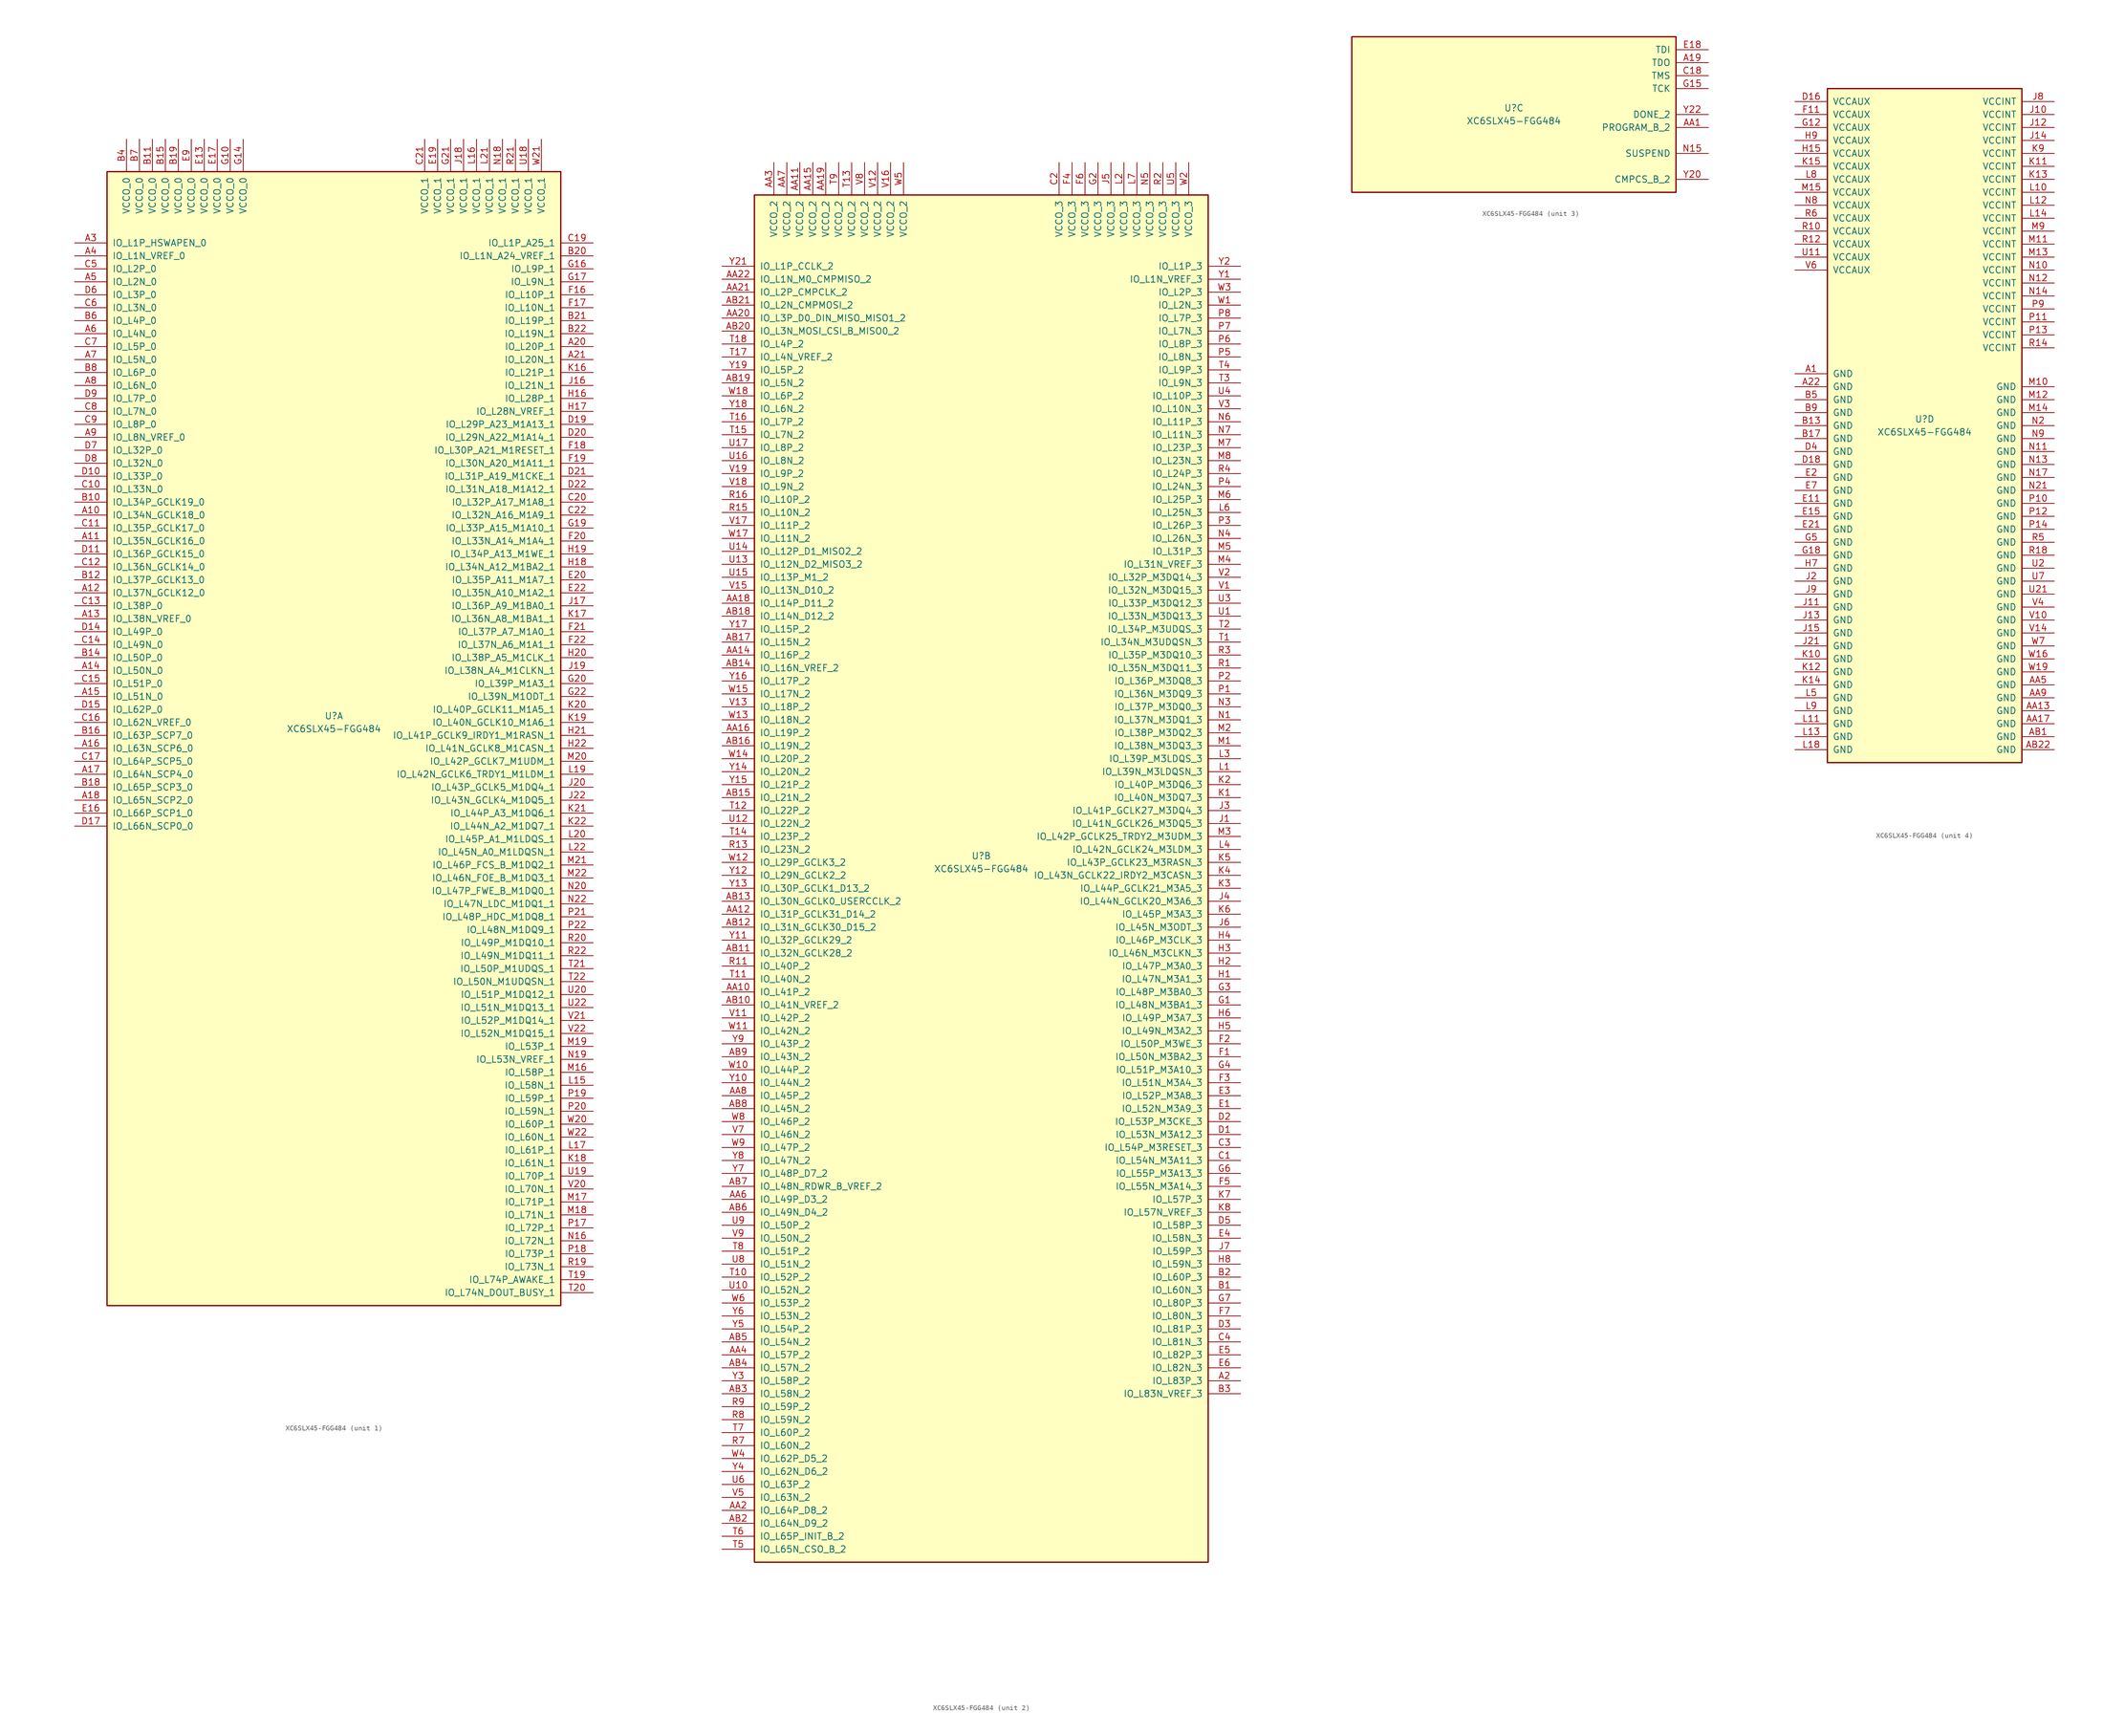
<source format=kicad_sym>
(kicad_symbol_lib
  (version 20201005)
  (generator kicad_symbol_editor)
  (symbol "XC6SLX45-FGG484"
    (pin_names
      (offset 1.016))
    (property "Reference" "U"
      (at 0 1.27 0)
      (effects (font (size 1.27 1.27))))
    (property "Value" "XC6SLX45-FGG484"
      (at 0 -1.27 0)
      (effects (font (size 1.27 1.27))))
    (property "Datasheet" ""
      (at 0 0 0)
      (effects (font (size 1.27 1.27))))
    (property "ki_locked" ""
      (at 0 0 0)
      (effects (font (size 1.27 1.27))))
    (symbol "XC6SLX45-FGG484_1_1"
      (rectangle (start -44.45 107.95) (end 44.45 -114.3) (stroke (width 0.254)) (fill (type background)))
      (pin power_in line (at -40.64 114.3 270) (length 6.35) (name "VCCO_0" (effects (font (size 1.27 1.27)))) (number "B4" (effects (font (size 1.27 1.27)))))
      (pin power_in line (at -38.1 114.3 270) (length 6.35) (name "VCCO_0" (effects (font (size 1.27 1.27)))) (number "B7" (effects (font (size 1.27 1.27)))))
      (pin power_in line (at -35.56 114.3 270) (length 6.35) (name "VCCO_0" (effects (font (size 1.27 1.27)))) (number "B11" (effects (font (size 1.27 1.27)))))
      (pin power_in line (at -33.02 114.3 270) (length 6.35) (name "VCCO_0" (effects (font (size 1.27 1.27)))) (number "B15" (effects (font (size 1.27 1.27)))))
      (pin power_in line (at -30.48 114.3 270) (length 6.35) (name "VCCO_0" (effects (font (size 1.27 1.27)))) (number "B19" (effects (font (size 1.27 1.27)))))
      (pin power_in line (at -27.94 114.3 270) (length 6.35) (name "VCCO_0" (effects (font (size 1.27 1.27)))) (number "E9" (effects (font (size 1.27 1.27)))))
      (pin power_in line (at -25.4 114.3 270) (length 6.35) (name "VCCO_0" (effects (font (size 1.27 1.27)))) (number "E13" (effects (font (size 1.27 1.27)))))
      (pin power_in line (at -22.86 114.3 270) (length 6.35) (name "VCCO_0" (effects (font (size 1.27 1.27)))) (number "E17" (effects (font (size 1.27 1.27)))))
      (pin power_in line (at -20.32 114.3 270) (length 6.35) (name "VCCO_0" (effects (font (size 1.27 1.27)))) (number "G10" (effects (font (size 1.27 1.27)))))
      (pin power_in line (at -17.78 114.3 270) (length 6.35) (name "VCCO_0" (effects (font (size 1.27 1.27)))) (number "G14" (effects (font (size 1.27 1.27)))))
      (pin bidirectional line (at -50.8 93.98 0) (length 6.35) (name "IO_L1P_HSWAPEN_0" (effects (font (size 1.27 1.27)))) (number "A3" (effects (font (size 1.27 1.27)))))
      (pin bidirectional line (at -50.8 91.44 0) (length 6.35) (name "IO_L1N_VREF_0" (effects (font (size 1.27 1.27)))) (number "A4" (effects (font (size 1.27 1.27)))))
      (pin bidirectional line (at -50.8 88.9 0) (length 6.35) (name "IO_L2P_0" (effects (font (size 1.27 1.27)))) (number "C5" (effects (font (size 1.27 1.27)))))
      (pin bidirectional line (at -50.8 86.36 0) (length 6.35) (name "IO_L2N_0" (effects (font (size 1.27 1.27)))) (number "A5" (effects (font (size 1.27 1.27)))))
      (pin bidirectional line (at -50.8 83.82 0) (length 6.35) (name "IO_L3P_0" (effects (font (size 1.27 1.27)))) (number "D6" (effects (font (size 1.27 1.27)))))
      (pin bidirectional line (at -50.8 81.28 0) (length 6.35) (name "IO_L3N_0" (effects (font (size 1.27 1.27)))) (number "C6" (effects (font (size 1.27 1.27)))))
      (pin bidirectional line (at -50.8 78.74 0) (length 6.35) (name "IO_L4P_0" (effects (font (size 1.27 1.27)))) (number "B6" (effects (font (size 1.27 1.27)))))
      (pin bidirectional line (at -50.8 76.2 0) (length 6.35) (name "IO_L4N_0" (effects (font (size 1.27 1.27)))) (number "A6" (effects (font (size 1.27 1.27)))))
      (pin bidirectional line (at -50.8 73.66 0) (length 6.35) (name "IO_L5P_0" (effects (font (size 1.27 1.27)))) (number "C7" (effects (font (size 1.27 1.27)))))
      (pin bidirectional line (at -50.8 71.12 0) (length 6.35) (name "IO_L5N_0" (effects (font (size 1.27 1.27)))) (number "A7" (effects (font (size 1.27 1.27)))))
      (pin bidirectional line (at -50.8 68.58 0) (length 6.35) (name "IO_L6P_0" (effects (font (size 1.27 1.27)))) (number "B8" (effects (font (size 1.27 1.27)))))
      (pin bidirectional line (at -50.8 66.04 0) (length 6.35) (name "IO_L6N_0" (effects (font (size 1.27 1.27)))) (number "A8" (effects (font (size 1.27 1.27)))))
      (pin bidirectional line (at -50.8 63.5 0) (length 6.35) (name "IO_L7P_0" (effects (font (size 1.27 1.27)))) (number "D9" (effects (font (size 1.27 1.27)))))
      (pin bidirectional line (at -50.8 60.96 0) (length 6.35) (name "IO_L7N_0" (effects (font (size 1.27 1.27)))) (number "C8" (effects (font (size 1.27 1.27)))))
      (pin bidirectional line (at -50.8 58.42 0) (length 6.35) (name "IO_L8P_0" (effects (font (size 1.27 1.27)))) (number "C9" (effects (font (size 1.27 1.27)))))
      (pin bidirectional line (at -50.8 55.88 0) (length 6.35) (name "IO_L8N_VREF_0" (effects (font (size 1.27 1.27)))) (number "A9" (effects (font (size 1.27 1.27)))))
      (pin bidirectional line (at -50.8 53.34 0) (length 6.35) (name "IO_L32P_0" (effects (font (size 1.27 1.27)))) (number "D7" (effects (font (size 1.27 1.27)))))
      (pin bidirectional line (at -50.8 50.8 0) (length 6.35) (name "IO_L32N_0" (effects (font (size 1.27 1.27)))) (number "D8" (effects (font (size 1.27 1.27)))))
      (pin bidirectional line (at -50.8 48.26 0) (length 6.35) (name "IO_L33P_0" (effects (font (size 1.27 1.27)))) (number "D10" (effects (font (size 1.27 1.27)))))
      (pin bidirectional line (at -50.8 45.72 0) (length 6.35) (name "IO_L33N_0" (effects (font (size 1.27 1.27)))) (number "C10" (effects (font (size 1.27 1.27)))))
      (pin bidirectional line (at -50.8 43.18 0) (length 6.35) (name "IO_L34P_GCLK19_0" (effects (font (size 1.27 1.27)))) (number "B10" (effects (font (size 1.27 1.27)))))
      (pin bidirectional line (at -50.8 40.64 0) (length 6.35) (name "IO_L34N_GCLK18_0" (effects (font (size 1.27 1.27)))) (number "A10" (effects (font (size 1.27 1.27)))))
      (pin bidirectional line (at -50.8 38.1 0) (length 6.35) (name "IO_L35P_GCLK17_0" (effects (font (size 1.27 1.27)))) (number "C11" (effects (font (size 1.27 1.27)))))
      (pin bidirectional line (at -50.8 35.56 0) (length 6.35) (name "IO_L35N_GCLK16_0" (effects (font (size 1.27 1.27)))) (number "A11" (effects (font (size 1.27 1.27)))))
      (pin bidirectional line (at -50.8 33.02 0) (length 6.35) (name "IO_L36P_GCLK15_0" (effects (font (size 1.27 1.27)))) (number "D11" (effects (font (size 1.27 1.27)))))
      (pin bidirectional line (at -50.8 30.48 0) (length 6.35) (name "IO_L36N_GCLK14_0" (effects (font (size 1.27 1.27)))) (number "C12" (effects (font (size 1.27 1.27)))))
      (pin bidirectional line (at -50.8 27.94 0) (length 6.35) (name "IO_L37P_GCLK13_0" (effects (font (size 1.27 1.27)))) (number "B12" (effects (font (size 1.27 1.27)))))
      (pin bidirectional line (at -50.8 25.4 0) (length 6.35) (name "IO_L37N_GCLK12_0" (effects (font (size 1.27 1.27)))) (number "A12" (effects (font (size 1.27 1.27)))))
      (pin bidirectional line (at -50.8 22.86 0) (length 6.35) (name "IO_L38P_0" (effects (font (size 1.27 1.27)))) (number "C13" (effects (font (size 1.27 1.27)))))
      (pin bidirectional line (at -50.8 20.32 0) (length 6.35) (name "IO_L38N_VREF_0" (effects (font (size 1.27 1.27)))) (number "A13" (effects (font (size 1.27 1.27)))))
      (pin bidirectional line (at -50.8 17.78 0) (length 6.35) (name "IO_L49P_0" (effects (font (size 1.27 1.27)))) (number "D14" (effects (font (size 1.27 1.27)))))
      (pin bidirectional line (at -50.8 15.24 0) (length 6.35) (name "IO_L49N_0" (effects (font (size 1.27 1.27)))) (number "C14" (effects (font (size 1.27 1.27)))))
      (pin bidirectional line (at -50.8 12.7 0) (length 6.35) (name "IO_L50P_0" (effects (font (size 1.27 1.27)))) (number "B14" (effects (font (size 1.27 1.27)))))
      (pin bidirectional line (at -50.8 10.16 0) (length 6.35) (name "IO_L50N_0" (effects (font (size 1.27 1.27)))) (number "A14" (effects (font (size 1.27 1.27)))))
      (pin bidirectional line (at -50.8 7.62 0) (length 6.35) (name "IO_L51P_0" (effects (font (size 1.27 1.27)))) (number "C15" (effects (font (size 1.27 1.27)))))
      (pin bidirectional line (at -50.8 5.08 0) (length 6.35) (name "IO_L51N_0" (effects (font (size 1.27 1.27)))) (number "A15" (effects (font (size 1.27 1.27)))))
      (pin bidirectional line (at -50.8 2.54 0) (length 6.35) (name "IO_L62P_0" (effects (font (size 1.27 1.27)))) (number "D15" (effects (font (size 1.27 1.27)))))
      (pin bidirectional line (at -50.8 0 0) (length 6.35) (name "IO_L62N_VREF_0" (effects (font (size 1.27 1.27)))) (number "C16" (effects (font (size 1.27 1.27)))))
      (pin bidirectional line (at -50.8 -2.54 0) (length 6.35) (name "IO_L63P_SCP7_0" (effects (font (size 1.27 1.27)))) (number "B16" (effects (font (size 1.27 1.27)))))
      (pin bidirectional line (at -50.8 -5.08 0) (length 6.35) (name "IO_L63N_SCP6_0" (effects (font (size 1.27 1.27)))) (number "A16" (effects (font (size 1.27 1.27)))))
      (pin bidirectional line (at -50.8 -7.62 0) (length 6.35) (name "IO_L64P_SCP5_0" (effects (font (size 1.27 1.27)))) (number "C17" (effects (font (size 1.27 1.27)))))
      (pin bidirectional line (at -50.8 -10.16 0) (length 6.35) (name "IO_L64N_SCP4_0" (effects (font (size 1.27 1.27)))) (number "A17" (effects (font (size 1.27 1.27)))))
      (pin bidirectional line (at -50.8 -12.7 0) (length 6.35) (name "IO_L65P_SCP3_0" (effects (font (size 1.27 1.27)))) (number "B18" (effects (font (size 1.27 1.27)))))
      (pin bidirectional line (at -50.8 -15.24 0) (length 6.35) (name "IO_L65N_SCP2_0" (effects (font (size 1.27 1.27)))) (number "A18" (effects (font (size 1.27 1.27)))))
      (pin bidirectional line (at -50.8 -17.78 0) (length 6.35) (name "IO_L66P_SCP1_0" (effects (font (size 1.27 1.27)))) (number "E16" (effects (font (size 1.27 1.27)))))
      (pin bidirectional line (at -50.8 -20.32 0) (length 6.35) (name "IO_L66N_SCP0_0" (effects (font (size 1.27 1.27)))) (number "D17" (effects (font (size 1.27 1.27)))))
      (pin power_in line (at 17.78 114.3 270) (length 6.35) (name "VCCO_1" (effects (font (size 1.27 1.27)))) (number "C21" (effects (font (size 1.27 1.27)))))
      (pin power_in line (at 20.32 114.3 270) (length 6.35) (name "VCCO_1" (effects (font (size 1.27 1.27)))) (number "E19" (effects (font (size 1.27 1.27)))))
      (pin power_in line (at 22.86 114.3 270) (length 6.35) (name "VCCO_1" (effects (font (size 1.27 1.27)))) (number "G21" (effects (font (size 1.27 1.27)))))
      (pin power_in line (at 25.4 114.3 270) (length 6.35) (name "VCCO_1" (effects (font (size 1.27 1.27)))) (number "J18" (effects (font (size 1.27 1.27)))))
      (pin power_in line (at 27.94 114.3 270) (length 6.35) (name "VCCO_1" (effects (font (size 1.27 1.27)))) (number "L16" (effects (font (size 1.27 1.27)))))
      (pin power_in line (at 30.48 114.3 270) (length 6.35) (name "VCCO_1" (effects (font (size 1.27 1.27)))) (number "L21" (effects (font (size 1.27 1.27)))))
      (pin power_in line (at 33.02 114.3 270) (length 6.35) (name "VCCO_1" (effects (font (size 1.27 1.27)))) (number "N18" (effects (font (size 1.27 1.27)))))
      (pin power_in line (at 35.56 114.3 270) (length 6.35) (name "VCCO_1" (effects (font (size 1.27 1.27)))) (number "R21" (effects (font (size 1.27 1.27)))))
      (pin power_in line (at 38.1 114.3 270) (length 6.35) (name "VCCO_1" (effects (font (size 1.27 1.27)))) (number "U18" (effects (font (size 1.27 1.27)))))
      (pin power_in line (at 40.64 114.3 270) (length 6.35) (name "VCCO_1" (effects (font (size 1.27 1.27)))) (number "W21" (effects (font (size 1.27 1.27)))))
      (pin bidirectional line (at 50.8 93.98 180) (length 6.35) (name "IO_L1P_A25_1" (effects (font (size 1.27 1.27)))) (number "C19" (effects (font (size 1.27 1.27)))))
      (pin bidirectional line (at 50.8 91.44 180) (length 6.35) (name "IO_L1N_A24_VREF_1" (effects (font (size 1.27 1.27)))) (number "B20" (effects (font (size 1.27 1.27)))))
      (pin bidirectional line (at 50.8 88.9 180) (length 6.35) (name "IO_L9P_1" (effects (font (size 1.27 1.27)))) (number "G16" (effects (font (size 1.27 1.27)))))
      (pin bidirectional line (at 50.8 86.36 180) (length 6.35) (name "IO_L9N_1" (effects (font (size 1.27 1.27)))) (number "G17" (effects (font (size 1.27 1.27)))))
      (pin bidirectional line (at 50.8 83.82 180) (length 6.35) (name "IO_L10P_1" (effects (font (size 1.27 1.27)))) (number "F16" (effects (font (size 1.27 1.27)))))
      (pin bidirectional line (at 50.8 81.28 180) (length 6.35) (name "IO_L10N_1" (effects (font (size 1.27 1.27)))) (number "F17" (effects (font (size 1.27 1.27)))))
      (pin bidirectional line (at 50.8 78.74 180) (length 6.35) (name "IO_L19P_1" (effects (font (size 1.27 1.27)))) (number "B21" (effects (font (size 1.27 1.27)))))
      (pin bidirectional line (at 50.8 76.2 180) (length 6.35) (name "IO_L19N_1" (effects (font (size 1.27 1.27)))) (number "B22" (effects (font (size 1.27 1.27)))))
      (pin bidirectional line (at 50.8 73.66 180) (length 6.35) (name "IO_L20P_1" (effects (font (size 1.27 1.27)))) (number "A20" (effects (font (size 1.27 1.27)))))
      (pin bidirectional line (at 50.8 71.12 180) (length 6.35) (name "IO_L20N_1" (effects (font (size 1.27 1.27)))) (number "A21" (effects (font (size 1.27 1.27)))))
      (pin bidirectional line (at 50.8 68.58 180) (length 6.35) (name "IO_L21P_1" (effects (font (size 1.27 1.27)))) (number "K16" (effects (font (size 1.27 1.27)))))
      (pin bidirectional line (at 50.8 66.04 180) (length 6.35) (name "IO_L21N_1" (effects (font (size 1.27 1.27)))) (number "J16" (effects (font (size 1.27 1.27)))))
      (pin bidirectional line (at 50.8 63.5 180) (length 6.35) (name "IO_L28P_1" (effects (font (size 1.27 1.27)))) (number "H16" (effects (font (size 1.27 1.27)))))
      (pin bidirectional line (at 50.8 60.96 180) (length 6.35) (name "IO_L28N_VREF_1" (effects (font (size 1.27 1.27)))) (number "H17" (effects (font (size 1.27 1.27)))))
      (pin bidirectional line (at 50.8 58.42 180) (length 6.35) (name "IO_L29P_A23_M1A13_1" (effects (font (size 1.27 1.27)))) (number "D19" (effects (font (size 1.27 1.27)))))
      (pin bidirectional line (at 50.8 55.88 180) (length 6.35) (name "IO_L29N_A22_M1A14_1" (effects (font (size 1.27 1.27)))) (number "D20" (effects (font (size 1.27 1.27)))))
      (pin bidirectional line (at 50.8 53.34 180) (length 6.35) (name "IO_L30P_A21_M1RESET_1" (effects (font (size 1.27 1.27)))) (number "F18" (effects (font (size 1.27 1.27)))))
      (pin bidirectional line (at 50.8 50.8 180) (length 6.35) (name "IO_L30N_A20_M1A11_1" (effects (font (size 1.27 1.27)))) (number "F19" (effects (font (size 1.27 1.27)))))
      (pin bidirectional line (at 50.8 48.26 180) (length 6.35) (name "IO_L31P_A19_M1CKE_1" (effects (font (size 1.27 1.27)))) (number "D21" (effects (font (size 1.27 1.27)))))
      (pin bidirectional line (at 50.8 45.72 180) (length 6.35) (name "IO_L31N_A18_M1A12_1" (effects (font (size 1.27 1.27)))) (number "D22" (effects (font (size 1.27 1.27)))))
      (pin bidirectional line (at 50.8 43.18 180) (length 6.35) (name "IO_L32P_A17_M1A8_1" (effects (font (size 1.27 1.27)))) (number "C20" (effects (font (size 1.27 1.27)))))
      (pin bidirectional line (at 50.8 40.64 180) (length 6.35) (name "IO_L32N_A16_M1A9_1" (effects (font (size 1.27 1.27)))) (number "C22" (effects (font (size 1.27 1.27)))))
      (pin bidirectional line (at 50.8 38.1 180) (length 6.35) (name "IO_L33P_A15_M1A10_1" (effects (font (size 1.27 1.27)))) (number "G19" (effects (font (size 1.27 1.27)))))
      (pin bidirectional line (at 50.8 35.56 180) (length 6.35) (name "IO_L33N_A14_M1A4_1" (effects (font (size 1.27 1.27)))) (number "F20" (effects (font (size 1.27 1.27)))))
      (pin bidirectional line (at 50.8 33.02 180) (length 6.35) (name "IO_L34P_A13_M1WE_1" (effects (font (size 1.27 1.27)))) (number "H19" (effects (font (size 1.27 1.27)))))
      (pin bidirectional line (at 50.8 30.48 180) (length 6.35) (name "IO_L34N_A12_M1BA2_1" (effects (font (size 1.27 1.27)))) (number "H18" (effects (font (size 1.27 1.27)))))
      (pin bidirectional line (at 50.8 27.94 180) (length 6.35) (name "IO_L35P_A11_M1A7_1" (effects (font (size 1.27 1.27)))) (number "E20" (effects (font (size 1.27 1.27)))))
      (pin bidirectional line (at 50.8 25.4 180) (length 6.35) (name "IO_L35N_A10_M1A2_1" (effects (font (size 1.27 1.27)))) (number "E22" (effects (font (size 1.27 1.27)))))
      (pin bidirectional line (at 50.8 22.86 180) (length 6.35) (name "IO_L36P_A9_M1BA0_1" (effects (font (size 1.27 1.27)))) (number "J17" (effects (font (size 1.27 1.27)))))
      (pin bidirectional line (at 50.8 20.32 180) (length 6.35) (name "IO_L36N_A8_M1BA1_1" (effects (font (size 1.27 1.27)))) (number "K17" (effects (font (size 1.27 1.27)))))
      (pin bidirectional line (at 50.8 17.78 180) (length 6.35) (name "IO_L37P_A7_M1A0_1" (effects (font (size 1.27 1.27)))) (number "F21" (effects (font (size 1.27 1.27)))))
      (pin bidirectional line (at 50.8 15.24 180) (length 6.35) (name "IO_L37N_A6_M1A1_1" (effects (font (size 1.27 1.27)))) (number "F22" (effects (font (size 1.27 1.27)))))
      (pin bidirectional line (at 50.8 12.7 180) (length 6.35) (name "IO_L38P_A5_M1CLK_1" (effects (font (size 1.27 1.27)))) (number "H20" (effects (font (size 1.27 1.27)))))
      (pin bidirectional line (at 50.8 10.16 180) (length 6.35) (name "IO_L38N_A4_M1CLKN_1" (effects (font (size 1.27 1.27)))) (number "J19" (effects (font (size 1.27 1.27)))))
      (pin bidirectional line (at 50.8 7.62 180) (length 6.35) (name "IO_L39P_M1A3_1" (effects (font (size 1.27 1.27)))) (number "G20" (effects (font (size 1.27 1.27)))))
      (pin bidirectional line (at 50.8 5.08 180) (length 6.35) (name "IO_L39N_M1ODT_1" (effects (font (size 1.27 1.27)))) (number "G22" (effects (font (size 1.27 1.27)))))
      (pin bidirectional line (at 50.8 2.54 180) (length 6.35) (name "IO_L40P_GCLK11_M1A5_1" (effects (font (size 1.27 1.27)))) (number "K20" (effects (font (size 1.27 1.27)))))
      (pin bidirectional line (at 50.8 0 180) (length 6.35) (name "IO_L40N_GCLK10_M1A6_1" (effects (font (size 1.27 1.27)))) (number "K19" (effects (font (size 1.27 1.27)))))
      (pin bidirectional line (at 50.8 -2.54 180) (length 6.35) (name "IO_L41P_GCLK9_IRDY1_M1RASN_1" (effects (font (size 1.27 1.27)))) (number "H21" (effects (font (size 1.27 1.27)))))
      (pin bidirectional line (at 50.8 -5.08 180) (length 6.35) (name "IO_L41N_GCLK8_M1CASN_1" (effects (font (size 1.27 1.27)))) (number "H22" (effects (font (size 1.27 1.27)))))
      (pin bidirectional line (at 50.8 -7.62 180) (length 6.35) (name "IO_L42P_GCLK7_M1UDM_1" (effects (font (size 1.27 1.27)))) (number "M20" (effects (font (size 1.27 1.27)))))
      (pin bidirectional line (at 50.8 -10.16 180) (length 6.35) (name "IO_L42N_GCLK6_TRDY1_M1LDM_1" (effects (font (size 1.27 1.27)))) (number "L19" (effects (font (size 1.27 1.27)))))
      (pin bidirectional line (at 50.8 -12.7 180) (length 6.35) (name "IO_L43P_GCLK5_M1DQ4_1" (effects (font (size 1.27 1.27)))) (number "J20" (effects (font (size 1.27 1.27)))))
      (pin bidirectional line (at 50.8 -15.24 180) (length 6.35) (name "IO_L43N_GCLK4_M1DQ5_1" (effects (font (size 1.27 1.27)))) (number "J22" (effects (font (size 1.27 1.27)))))
      (pin bidirectional line (at 50.8 -17.78 180) (length 6.35) (name "IO_L44P_A3_M1DQ6_1" (effects (font (size 1.27 1.27)))) (number "K21" (effects (font (size 1.27 1.27)))))
      (pin bidirectional line (at 50.8 -20.32 180) (length 6.35) (name "IO_L44N_A2_M1DQ7_1" (effects (font (size 1.27 1.27)))) (number "K22" (effects (font (size 1.27 1.27)))))
      (pin bidirectional line (at 50.8 -22.86 180) (length 6.35) (name "IO_L45P_A1_M1LDQS_1" (effects (font (size 1.27 1.27)))) (number "L20" (effects (font (size 1.27 1.27)))))
      (pin bidirectional line (at 50.8 -25.4 180) (length 6.35) (name "IO_L45N_A0_M1LDQSN_1" (effects (font (size 1.27 1.27)))) (number "L22" (effects (font (size 1.27 1.27)))))
      (pin bidirectional line (at 50.8 -27.94 180) (length 6.35) (name "IO_L46P_FCS_B_M1DQ2_1" (effects (font (size 1.27 1.27)))) (number "M21" (effects (font (size 1.27 1.27)))))
      (pin bidirectional line (at 50.8 -30.48 180) (length 6.35) (name "IO_L46N_FOE_B_M1DQ3_1" (effects (font (size 1.27 1.27)))) (number "M22" (effects (font (size 1.27 1.27)))))
      (pin bidirectional line (at 50.8 -33.02 180) (length 6.35) (name "IO_L47P_FWE_B_M1DQ0_1" (effects (font (size 1.27 1.27)))) (number "N20" (effects (font (size 1.27 1.27)))))
      (pin bidirectional line (at 50.8 -35.56 180) (length 6.35) (name "IO_L47N_LDC_M1DQ1_1" (effects (font (size 1.27 1.27)))) (number "N22" (effects (font (size 1.27 1.27)))))
      (pin bidirectional line (at 50.8 -38.1 180) (length 6.35) (name "IO_L48P_HDC_M1DQ8_1" (effects (font (size 1.27 1.27)))) (number "P21" (effects (font (size 1.27 1.27)))))
      (pin bidirectional line (at 50.8 -40.64 180) (length 6.35) (name "IO_L48N_M1DQ9_1" (effects (font (size 1.27 1.27)))) (number "P22" (effects (font (size 1.27 1.27)))))
      (pin bidirectional line (at 50.8 -43.18 180) (length 6.35) (name "IO_L49P_M1DQ10_1" (effects (font (size 1.27 1.27)))) (number "R20" (effects (font (size 1.27 1.27)))))
      (pin bidirectional line (at 50.8 -45.72 180) (length 6.35) (name "IO_L49N_M1DQ11_1" (effects (font (size 1.27 1.27)))) (number "R22" (effects (font (size 1.27 1.27)))))
      (pin bidirectional line (at 50.8 -48.26 180) (length 6.35) (name "IO_L50P_M1UDQS_1" (effects (font (size 1.27 1.27)))) (number "T21" (effects (font (size 1.27 1.27)))))
      (pin bidirectional line (at 50.8 -50.8 180) (length 6.35) (name "IO_L50N_M1UDQSN_1" (effects (font (size 1.27 1.27)))) (number "T22" (effects (font (size 1.27 1.27)))))
      (pin bidirectional line (at 50.8 -53.34 180) (length 6.35) (name "IO_L51P_M1DQ12_1" (effects (font (size 1.27 1.27)))) (number "U20" (effects (font (size 1.27 1.27)))))
      (pin bidirectional line (at 50.8 -55.88 180) (length 6.35) (name "IO_L51N_M1DQ13_1" (effects (font (size 1.27 1.27)))) (number "U22" (effects (font (size 1.27 1.27)))))
      (pin bidirectional line (at 50.8 -58.42 180) (length 6.35) (name "IO_L52P_M1DQ14_1" (effects (font (size 1.27 1.27)))) (number "V21" (effects (font (size 1.27 1.27)))))
      (pin bidirectional line (at 50.8 -60.96 180) (length 6.35) (name "IO_L52N_M1DQ15_1" (effects (font (size 1.27 1.27)))) (number "V22" (effects (font (size 1.27 1.27)))))
      (pin bidirectional line (at 50.8 -63.5 180) (length 6.35) (name "IO_L53P_1" (effects (font (size 1.27 1.27)))) (number "M19" (effects (font (size 1.27 1.27)))))
      (pin bidirectional line (at 50.8 -66.04 180) (length 6.35) (name "IO_L53N_VREF_1" (effects (font (size 1.27 1.27)))) (number "N19" (effects (font (size 1.27 1.27)))))
      (pin bidirectional line (at 50.8 -68.58 180) (length 6.35) (name "IO_L58P_1" (effects (font (size 1.27 1.27)))) (number "M16" (effects (font (size 1.27 1.27)))))
      (pin bidirectional line (at 50.8 -71.12 180) (length 6.35) (name "IO_L58N_1" (effects (font (size 1.27 1.27)))) (number "L15" (effects (font (size 1.27 1.27)))))
      (pin bidirectional line (at 50.8 -73.66 180) (length 6.35) (name "IO_L59P_1" (effects (font (size 1.27 1.27)))) (number "P19" (effects (font (size 1.27 1.27)))))
      (pin bidirectional line (at 50.8 -76.2 180) (length 6.35) (name "IO_L59N_1" (effects (font (size 1.27 1.27)))) (number "P20" (effects (font (size 1.27 1.27)))))
      (pin bidirectional line (at 50.8 -78.74 180) (length 6.35) (name "IO_L60P_1" (effects (font (size 1.27 1.27)))) (number "W20" (effects (font (size 1.27 1.27)))))
      (pin bidirectional line (at 50.8 -81.28 180) (length 6.35) (name "IO_L60N_1" (effects (font (size 1.27 1.27)))) (number "W22" (effects (font (size 1.27 1.27)))))
      (pin bidirectional line (at 50.8 -83.82 180) (length 6.35) (name "IO_L61P_1" (effects (font (size 1.27 1.27)))) (number "L17" (effects (font (size 1.27 1.27)))))
      (pin bidirectional line (at 50.8 -86.36 180) (length 6.35) (name "IO_L61N_1" (effects (font (size 1.27 1.27)))) (number "K18" (effects (font (size 1.27 1.27)))))
      (pin bidirectional line (at 50.8 -88.9 180) (length 6.35) (name "IO_L70P_1" (effects (font (size 1.27 1.27)))) (number "U19" (effects (font (size 1.27 1.27)))))
      (pin bidirectional line (at 50.8 -91.44 180) (length 6.35) (name "IO_L70N_1" (effects (font (size 1.27 1.27)))) (number "V20" (effects (font (size 1.27 1.27)))))
      (pin bidirectional line (at 50.8 -93.98 180) (length 6.35) (name "IO_L71P_1" (effects (font (size 1.27 1.27)))) (number "M17" (effects (font (size 1.27 1.27)))))
      (pin bidirectional line (at 50.8 -96.52 180) (length 6.35) (name "IO_L71N_1" (effects (font (size 1.27 1.27)))) (number "M18" (effects (font (size 1.27 1.27)))))
      (pin bidirectional line (at 50.8 -99.06 180) (length 6.35) (name "IO_L72P_1" (effects (font (size 1.27 1.27)))) (number "P17" (effects (font (size 1.27 1.27)))))
      (pin bidirectional line (at 50.8 -101.6 180) (length 6.35) (name "IO_L72N_1" (effects (font (size 1.27 1.27)))) (number "N16" (effects (font (size 1.27 1.27)))))
      (pin bidirectional line (at 50.8 -104.14 180) (length 6.35) (name "IO_L73P_1" (effects (font (size 1.27 1.27)))) (number "P18" (effects (font (size 1.27 1.27)))))
      (pin bidirectional line (at 50.8 -106.68 180) (length 6.35) (name "IO_L73N_1" (effects (font (size 1.27 1.27)))) (number "R19" (effects (font (size 1.27 1.27)))))
      (pin bidirectional line (at 50.8 -109.22 180) (length 6.35) (name "IO_L74P_AWAKE_1" (effects (font (size 1.27 1.27)))) (number "T19" (effects (font (size 1.27 1.27)))))
      (pin bidirectional line (at 50.8 -111.76 180) (length 6.35) (name "IO_L74N_DOUT_BUSY_1" (effects (font (size 1.27 1.27)))) (number "T20" (effects (font (size 1.27 1.27))))))
    (symbol "XC6SLX45-FGG484_2_1"
      (rectangle (start -44.45 130.81) (end 44.45 -137.16) (stroke (width 0.254)) (fill (type background)))
      (pin power_in line (at -40.64 137.16 270) (length 6.35) (name "VCCO_2" (effects (font (size 1.27 1.27)))) (number "AA3" (effects (font (size 1.27 1.27)))))
      (pin power_in line (at -38.1 137.16 270) (length 6.35) (name "VCCO_2" (effects (font (size 1.27 1.27)))) (number "AA7" (effects (font (size 1.27 1.27)))))
      (pin power_in line (at -35.56 137.16 270) (length 6.35) (name "VCCO_2" (effects (font (size 1.27 1.27)))) (number "AA11" (effects (font (size 1.27 1.27)))))
      (pin power_in line (at -33.02 137.16 270) (length 6.35) (name "VCCO_2" (effects (font (size 1.27 1.27)))) (number "AA15" (effects (font (size 1.27 1.27)))))
      (pin power_in line (at -30.48 137.16 270) (length 6.35) (name "VCCO_2" (effects (font (size 1.27 1.27)))) (number "AA19" (effects (font (size 1.27 1.27)))))
      (pin power_in line (at -27.94 137.16 270) (length 6.35) (name "VCCO_2" (effects (font (size 1.27 1.27)))) (number "T9" (effects (font (size 1.27 1.27)))))
      (pin power_in line (at -25.4 137.16 270) (length 6.35) (name "VCCO_2" (effects (font (size 1.27 1.27)))) (number "T13" (effects (font (size 1.27 1.27)))))
      (pin power_in line (at -22.86 137.16 270) (length 6.35) (name "VCCO_2" (effects (font (size 1.27 1.27)))) (number "V8" (effects (font (size 1.27 1.27)))))
      (pin power_in line (at -20.32 137.16 270) (length 6.35) (name "VCCO_2" (effects (font (size 1.27 1.27)))) (number "V12" (effects (font (size 1.27 1.27)))))
      (pin power_in line (at -17.78 137.16 270) (length 6.35) (name "VCCO_2" (effects (font (size 1.27 1.27)))) (number "V16" (effects (font (size 1.27 1.27)))))
      (pin power_in line (at -15.24 137.16 270) (length 6.35) (name "VCCO_2" (effects (font (size 1.27 1.27)))) (number "W5" (effects (font (size 1.27 1.27)))))
      (pin bidirectional line (at -50.8 116.84 0) (length 6.35) (name "IO_L1P_CCLK_2" (effects (font (size 1.27 1.27)))) (number "Y21" (effects (font (size 1.27 1.27)))))
      (pin bidirectional line (at -50.8 114.3 0) (length 6.35) (name "IO_L1N_M0_CMPMISO_2" (effects (font (size 1.27 1.27)))) (number "AA22" (effects (font (size 1.27 1.27)))))
      (pin bidirectional line (at -50.8 111.76 0) (length 6.35) (name "IO_L2P_CMPCLK_2" (effects (font (size 1.27 1.27)))) (number "AA21" (effects (font (size 1.27 1.27)))))
      (pin bidirectional line (at -50.8 109.22 0) (length 6.35) (name "IO_L2N_CMPMOSI_2" (effects (font (size 1.27 1.27)))) (number "AB21" (effects (font (size 1.27 1.27)))))
      (pin bidirectional line (at -50.8 106.68 0) (length 6.35) (name "IO_L3P_D0_DIN_MISO_MISO1_2" (effects (font (size 1.27 1.27)))) (number "AA20" (effects (font (size 1.27 1.27)))))
      (pin bidirectional line (at -50.8 104.14 0) (length 6.35) (name "IO_L3N_MOSI_CSI_B_MISO0_2" (effects (font (size 1.27 1.27)))) (number "AB20" (effects (font (size 1.27 1.27)))))
      (pin bidirectional line (at -50.8 101.6 0) (length 6.35) (name "IO_L4P_2" (effects (font (size 1.27 1.27)))) (number "T18" (effects (font (size 1.27 1.27)))))
      (pin bidirectional line (at -50.8 99.06 0) (length 6.35) (name "IO_L4N_VREF_2" (effects (font (size 1.27 1.27)))) (number "T17" (effects (font (size 1.27 1.27)))))
      (pin bidirectional line (at -50.8 96.52 0) (length 6.35) (name "IO_L5P_2" (effects (font (size 1.27 1.27)))) (number "Y19" (effects (font (size 1.27 1.27)))))
      (pin bidirectional line (at -50.8 93.98 0) (length 6.35) (name "IO_L5N_2" (effects (font (size 1.27 1.27)))) (number "AB19" (effects (font (size 1.27 1.27)))))
      (pin bidirectional line (at -50.8 91.44 0) (length 6.35) (name "IO_L6P_2" (effects (font (size 1.27 1.27)))) (number "W18" (effects (font (size 1.27 1.27)))))
      (pin bidirectional line (at -50.8 88.9 0) (length 6.35) (name "IO_L6N_2" (effects (font (size 1.27 1.27)))) (number "Y18" (effects (font (size 1.27 1.27)))))
      (pin bidirectional line (at -50.8 86.36 0) (length 6.35) (name "IO_L7P_2" (effects (font (size 1.27 1.27)))) (number "T16" (effects (font (size 1.27 1.27)))))
      (pin bidirectional line (at -50.8 83.82 0) (length 6.35) (name "IO_L7N_2" (effects (font (size 1.27 1.27)))) (number "T15" (effects (font (size 1.27 1.27)))))
      (pin bidirectional line (at -50.8 81.28 0) (length 6.35) (name "IO_L8P_2" (effects (font (size 1.27 1.27)))) (number "U17" (effects (font (size 1.27 1.27)))))
      (pin bidirectional line (at -50.8 78.74 0) (length 6.35) (name "IO_L8N_2" (effects (font (size 1.27 1.27)))) (number "U16" (effects (font (size 1.27 1.27)))))
      (pin bidirectional line (at -50.8 76.2 0) (length 6.35) (name "IO_L9P_2" (effects (font (size 1.27 1.27)))) (number "V19" (effects (font (size 1.27 1.27)))))
      (pin bidirectional line (at -50.8 73.66 0) (length 6.35) (name "IO_L9N_2" (effects (font (size 1.27 1.27)))) (number "V18" (effects (font (size 1.27 1.27)))))
      (pin bidirectional line (at -50.8 71.12 0) (length 6.35) (name "IO_L10P_2" (effects (font (size 1.27 1.27)))) (number "R16" (effects (font (size 1.27 1.27)))))
      (pin bidirectional line (at -50.8 68.58 0) (length 6.35) (name "IO_L10N_2" (effects (font (size 1.27 1.27)))) (number "R15" (effects (font (size 1.27 1.27)))))
      (pin bidirectional line (at -50.8 66.04 0) (length 6.35) (name "IO_L11P_2" (effects (font (size 1.27 1.27)))) (number "V17" (effects (font (size 1.27 1.27)))))
      (pin bidirectional line (at -50.8 63.5 0) (length 6.35) (name "IO_L11N_2" (effects (font (size 1.27 1.27)))) (number "W17" (effects (font (size 1.27 1.27)))))
      (pin bidirectional line (at -50.8 60.96 0) (length 6.35) (name "IO_L12P_D1_MISO2_2" (effects (font (size 1.27 1.27)))) (number "U14" (effects (font (size 1.27 1.27)))))
      (pin bidirectional line (at -50.8 58.42 0) (length 6.35) (name "IO_L12N_D2_MISO3_2" (effects (font (size 1.27 1.27)))) (number "U13" (effects (font (size 1.27 1.27)))))
      (pin bidirectional line (at -50.8 55.88 0) (length 6.35) (name "IO_L13P_M1_2" (effects (font (size 1.27 1.27)))) (number "U15" (effects (font (size 1.27 1.27)))))
      (pin bidirectional line (at -50.8 53.34 0) (length 6.35) (name "IO_L13N_D10_2" (effects (font (size 1.27 1.27)))) (number "V15" (effects (font (size 1.27 1.27)))))
      (pin bidirectional line (at -50.8 50.8 0) (length 6.35) (name "IO_L14P_D11_2" (effects (font (size 1.27 1.27)))) (number "AA18" (effects (font (size 1.27 1.27)))))
      (pin bidirectional line (at -50.8 48.26 0) (length 6.35) (name "IO_L14N_D12_2" (effects (font (size 1.27 1.27)))) (number "AB18" (effects (font (size 1.27 1.27)))))
      (pin bidirectional line (at -50.8 45.72 0) (length 6.35) (name "IO_L15P_2" (effects (font (size 1.27 1.27)))) (number "Y17" (effects (font (size 1.27 1.27)))))
      (pin bidirectional line (at -50.8 43.18 0) (length 6.35) (name "IO_L15N_2" (effects (font (size 1.27 1.27)))) (number "AB17" (effects (font (size 1.27 1.27)))))
      (pin bidirectional line (at -50.8 40.64 0) (length 6.35) (name "IO_L16P_2" (effects (font (size 1.27 1.27)))) (number "AA14" (effects (font (size 1.27 1.27)))))
      (pin bidirectional line (at -50.8 38.1 0) (length 6.35) (name "IO_L16N_VREF_2" (effects (font (size 1.27 1.27)))) (number "AB14" (effects (font (size 1.27 1.27)))))
      (pin bidirectional line (at -50.8 35.56 0) (length 6.35) (name "IO_L17P_2" (effects (font (size 1.27 1.27)))) (number "Y16" (effects (font (size 1.27 1.27)))))
      (pin bidirectional line (at -50.8 33.02 0) (length 6.35) (name "IO_L17N_2" (effects (font (size 1.27 1.27)))) (number "W15" (effects (font (size 1.27 1.27)))))
      (pin bidirectional line (at -50.8 30.48 0) (length 6.35) (name "IO_L18P_2" (effects (font (size 1.27 1.27)))) (number "V13" (effects (font (size 1.27 1.27)))))
      (pin bidirectional line (at -50.8 27.94 0) (length 6.35) (name "IO_L18N_2" (effects (font (size 1.27 1.27)))) (number "W13" (effects (font (size 1.27 1.27)))))
      (pin bidirectional line (at -50.8 25.4 0) (length 6.35) (name "IO_L19P_2" (effects (font (size 1.27 1.27)))) (number "AA16" (effects (font (size 1.27 1.27)))))
      (pin bidirectional line (at -50.8 22.86 0) (length 6.35) (name "IO_L19N_2" (effects (font (size 1.27 1.27)))) (number "AB16" (effects (font (size 1.27 1.27)))))
      (pin bidirectional line (at -50.8 20.32 0) (length 6.35) (name "IO_L20P_2" (effects (font (size 1.27 1.27)))) (number "W14" (effects (font (size 1.27 1.27)))))
      (pin bidirectional line (at -50.8 17.78 0) (length 6.35) (name "IO_L20N_2" (effects (font (size 1.27 1.27)))) (number "Y14" (effects (font (size 1.27 1.27)))))
      (pin bidirectional line (at -50.8 15.24 0) (length 6.35) (name "IO_L21P_2" (effects (font (size 1.27 1.27)))) (number "Y15" (effects (font (size 1.27 1.27)))))
      (pin bidirectional line (at -50.8 12.7 0) (length 6.35) (name "IO_L21N_2" (effects (font (size 1.27 1.27)))) (number "AB15" (effects (font (size 1.27 1.27)))))
      (pin bidirectional line (at -50.8 10.16 0) (length 6.35) (name "IO_L22P_2" (effects (font (size 1.27 1.27)))) (number "T12" (effects (font (size 1.27 1.27)))))
      (pin bidirectional line (at -50.8 7.62 0) (length 6.35) (name "IO_L22N_2" (effects (font (size 1.27 1.27)))) (number "U12" (effects (font (size 1.27 1.27)))))
      (pin bidirectional line (at -50.8 5.08 0) (length 6.35) (name "IO_L23P_2" (effects (font (size 1.27 1.27)))) (number "T14" (effects (font (size 1.27 1.27)))))
      (pin bidirectional line (at -50.8 2.54 0) (length 6.35) (name "IO_L23N_2" (effects (font (size 1.27 1.27)))) (number "R13" (effects (font (size 1.27 1.27)))))
      (pin bidirectional line (at -50.8 0 0) (length 6.35) (name "IO_L29P_GCLK3_2" (effects (font (size 1.27 1.27)))) (number "W12" (effects (font (size 1.27 1.27)))))
      (pin bidirectional line (at -50.8 -2.54 0) (length 6.35) (name "IO_L29N_GCLK2_2" (effects (font (size 1.27 1.27)))) (number "Y12" (effects (font (size 1.27 1.27)))))
      (pin bidirectional line (at -50.8 -5.08 0) (length 6.35) (name "IO_L30P_GCLK1_D13_2" (effects (font (size 1.27 1.27)))) (number "Y13" (effects (font (size 1.27 1.27)))))
      (pin bidirectional line (at -50.8 -7.62 0) (length 6.35) (name "IO_L30N_GCLK0_USERCCLK_2" (effects (font (size 1.27 1.27)))) (number "AB13" (effects (font (size 1.27 1.27)))))
      (pin bidirectional line (at -50.8 -10.16 0) (length 6.35) (name "IO_L31P_GCLK31_D14_2" (effects (font (size 1.27 1.27)))) (number "AA12" (effects (font (size 1.27 1.27)))))
      (pin bidirectional line (at -50.8 -12.7 0) (length 6.35) (name "IO_L31N_GCLK30_D15_2" (effects (font (size 1.27 1.27)))) (number "AB12" (effects (font (size 1.27 1.27)))))
      (pin bidirectional line (at -50.8 -15.24 0) (length 6.35) (name "IO_L32P_GCLK29_2" (effects (font (size 1.27 1.27)))) (number "Y11" (effects (font (size 1.27 1.27)))))
      (pin bidirectional line (at -50.8 -17.78 0) (length 6.35) (name "IO_L32N_GCLK28_2" (effects (font (size 1.27 1.27)))) (number "AB11" (effects (font (size 1.27 1.27)))))
      (pin bidirectional line (at -50.8 -20.32 0) (length 6.35) (name "IO_L40P_2" (effects (font (size 1.27 1.27)))) (number "R11" (effects (font (size 1.27 1.27)))))
      (pin bidirectional line (at -50.8 -22.86 0) (length 6.35) (name "IO_L40N_2" (effects (font (size 1.27 1.27)))) (number "T11" (effects (font (size 1.27 1.27)))))
      (pin bidirectional line (at -50.8 -25.4 0) (length 6.35) (name "IO_L41P_2" (effects (font (size 1.27 1.27)))) (number "AA10" (effects (font (size 1.27 1.27)))))
      (pin bidirectional line (at -50.8 -27.94 0) (length 6.35) (name "IO_L41N_VREF_2" (effects (font (size 1.27 1.27)))) (number "AB10" (effects (font (size 1.27 1.27)))))
      (pin bidirectional line (at -50.8 -30.48 0) (length 6.35) (name "IO_L42P_2" (effects (font (size 1.27 1.27)))) (number "V11" (effects (font (size 1.27 1.27)))))
      (pin bidirectional line (at -50.8 -33.02 0) (length 6.35) (name "IO_L42N_2" (effects (font (size 1.27 1.27)))) (number "W11" (effects (font (size 1.27 1.27)))))
      (pin bidirectional line (at -50.8 -35.56 0) (length 6.35) (name "IO_L43P_2" (effects (font (size 1.27 1.27)))) (number "Y9" (effects (font (size 1.27 1.27)))))
      (pin bidirectional line (at -50.8 -38.1 0) (length 6.35) (name "IO_L43N_2" (effects (font (size 1.27 1.27)))) (number "AB9" (effects (font (size 1.27 1.27)))))
      (pin bidirectional line (at -50.8 -40.64 0) (length 6.35) (name "IO_L44P_2" (effects (font (size 1.27 1.27)))) (number "W10" (effects (font (size 1.27 1.27)))))
      (pin bidirectional line (at -50.8 -43.18 0) (length 6.35) (name "IO_L44N_2" (effects (font (size 1.27 1.27)))) (number "Y10" (effects (font (size 1.27 1.27)))))
      (pin bidirectional line (at -50.8 -45.72 0) (length 6.35) (name "IO_L45P_2" (effects (font (size 1.27 1.27)))) (number "AA8" (effects (font (size 1.27 1.27)))))
      (pin bidirectional line (at -50.8 -48.26 0) (length 6.35) (name "IO_L45N_2" (effects (font (size 1.27 1.27)))) (number "AB8" (effects (font (size 1.27 1.27)))))
      (pin bidirectional line (at -50.8 -50.8 0) (length 6.35) (name "IO_L46P_2" (effects (font (size 1.27 1.27)))) (number "W8" (effects (font (size 1.27 1.27)))))
      (pin bidirectional line (at -50.8 -53.34 0) (length 6.35) (name "IO_L46N_2" (effects (font (size 1.27 1.27)))) (number "V7" (effects (font (size 1.27 1.27)))))
      (pin bidirectional line (at -50.8 -55.88 0) (length 6.35) (name "IO_L47P_2" (effects (font (size 1.27 1.27)))) (number "W9" (effects (font (size 1.27 1.27)))))
      (pin bidirectional line (at -50.8 -58.42 0) (length 6.35) (name "IO_L47N_2" (effects (font (size 1.27 1.27)))) (number "Y8" (effects (font (size 1.27 1.27)))))
      (pin bidirectional line (at -50.8 -60.96 0) (length 6.35) (name "IO_L48P_D7_2" (effects (font (size 1.27 1.27)))) (number "Y7" (effects (font (size 1.27 1.27)))))
      (pin bidirectional line (at -50.8 -63.5 0) (length 6.35) (name "IO_L48N_RDWR_B_VREF_2" (effects (font (size 1.27 1.27)))) (number "AB7" (effects (font (size 1.27 1.27)))))
      (pin bidirectional line (at -50.8 -66.04 0) (length 6.35) (name "IO_L49P_D3_2" (effects (font (size 1.27 1.27)))) (number "AA6" (effects (font (size 1.27 1.27)))))
      (pin bidirectional line (at -50.8 -68.58 0) (length 6.35) (name "IO_L49N_D4_2" (effects (font (size 1.27 1.27)))) (number "AB6" (effects (font (size 1.27 1.27)))))
      (pin bidirectional line (at -50.8 -71.12 0) (length 6.35) (name "IO_L50P_2" (effects (font (size 1.27 1.27)))) (number "U9" (effects (font (size 1.27 1.27)))))
      (pin bidirectional line (at -50.8 -73.66 0) (length 6.35) (name "IO_L50N_2" (effects (font (size 1.27 1.27)))) (number "V9" (effects (font (size 1.27 1.27)))))
      (pin bidirectional line (at -50.8 -76.2 0) (length 6.35) (name "IO_L51P_2" (effects (font (size 1.27 1.27)))) (number "T8" (effects (font (size 1.27 1.27)))))
      (pin bidirectional line (at -50.8 -78.74 0) (length 6.35) (name "IO_L51N_2" (effects (font (size 1.27 1.27)))) (number "U8" (effects (font (size 1.27 1.27)))))
      (pin bidirectional line (at -50.8 -81.28 0) (length 6.35) (name "IO_L52P_2" (effects (font (size 1.27 1.27)))) (number "T10" (effects (font (size 1.27 1.27)))))
      (pin bidirectional line (at -50.8 -83.82 0) (length 6.35) (name "IO_L52N_2" (effects (font (size 1.27 1.27)))) (number "U10" (effects (font (size 1.27 1.27)))))
      (pin bidirectional line (at -50.8 -86.36 0) (length 6.35) (name "IO_L53P_2" (effects (font (size 1.27 1.27)))) (number "W6" (effects (font (size 1.27 1.27)))))
      (pin bidirectional line (at -50.8 -88.9 0) (length 6.35) (name "IO_L53N_2" (effects (font (size 1.27 1.27)))) (number "Y6" (effects (font (size 1.27 1.27)))))
      (pin bidirectional line (at -50.8 -91.44 0) (length 6.35) (name "IO_L54P_2" (effects (font (size 1.27 1.27)))) (number "Y5" (effects (font (size 1.27 1.27)))))
      (pin bidirectional line (at -50.8 -93.98 0) (length 6.35) (name "IO_L54N_2" (effects (font (size 1.27 1.27)))) (number "AB5" (effects (font (size 1.27 1.27)))))
      (pin bidirectional line (at -50.8 -96.52 0) (length 6.35) (name "IO_L57P_2" (effects (font (size 1.27 1.27)))) (number "AA4" (effects (font (size 1.27 1.27)))))
      (pin bidirectional line (at -50.8 -99.06 0) (length 6.35) (name "IO_L57N_2" (effects (font (size 1.27 1.27)))) (number "AB4" (effects (font (size 1.27 1.27)))))
      (pin bidirectional line (at -50.8 -101.6 0) (length 6.35) (name "IO_L58P_2" (effects (font (size 1.27 1.27)))) (number "Y3" (effects (font (size 1.27 1.27)))))
      (pin bidirectional line (at -50.8 -104.14 0) (length 6.35) (name "IO_L58N_2" (effects (font (size 1.27 1.27)))) (number "AB3" (effects (font (size 1.27 1.27)))))
      (pin bidirectional line (at -50.8 -106.68 0) (length 6.35) (name "IO_L59P_2" (effects (font (size 1.27 1.27)))) (number "R9" (effects (font (size 1.27 1.27)))))
      (pin bidirectional line (at -50.8 -109.22 0) (length 6.35) (name "IO_L59N_2" (effects (font (size 1.27 1.27)))) (number "R8" (effects (font (size 1.27 1.27)))))
      (pin bidirectional line (at -50.8 -111.76 0) (length 6.35) (name "IO_L60P_2" (effects (font (size 1.27 1.27)))) (number "T7" (effects (font (size 1.27 1.27)))))
      (pin bidirectional line (at -50.8 -114.3 0) (length 6.35) (name "IO_L60N_2" (effects (font (size 1.27 1.27)))) (number "R7" (effects (font (size 1.27 1.27)))))
      (pin bidirectional line (at -50.8 -116.84 0) (length 6.35) (name "IO_L62P_D5_2" (effects (font (size 1.27 1.27)))) (number "W4" (effects (font (size 1.27 1.27)))))
      (pin bidirectional line (at -50.8 -119.38 0) (length 6.35) (name "IO_L62N_D6_2" (effects (font (size 1.27 1.27)))) (number "Y4" (effects (font (size 1.27 1.27)))))
      (pin bidirectional line (at -50.8 -121.92 0) (length 6.35) (name "IO_L63P_2" (effects (font (size 1.27 1.27)))) (number "U6" (effects (font (size 1.27 1.27)))))
      (pin bidirectional line (at -50.8 -124.46 0) (length 6.35) (name "IO_L63N_2" (effects (font (size 1.27 1.27)))) (number "V5" (effects (font (size 1.27 1.27)))))
      (pin bidirectional line (at -50.8 -127 0) (length 6.35) (name "IO_L64P_D8_2" (effects (font (size 1.27 1.27)))) (number "AA2" (effects (font (size 1.27 1.27)))))
      (pin bidirectional line (at -50.8 -129.54 0) (length 6.35) (name "IO_L64N_D9_2" (effects (font (size 1.27 1.27)))) (number "AB2" (effects (font (size 1.27 1.27)))))
      (pin bidirectional line (at -50.8 -132.08 0) (length 6.35) (name "IO_L65P_INIT_B_2" (effects (font (size 1.27 1.27)))) (number "T6" (effects (font (size 1.27 1.27)))))
      (pin bidirectional line (at -50.8 -134.62 0) (length 6.35) (name "IO_L65N_CSO_B_2" (effects (font (size 1.27 1.27)))) (number "T5" (effects (font (size 1.27 1.27)))))
      (pin power_in line (at 15.24 137.16 270) (length 6.35) (name "VCCO_3" (effects (font (size 1.27 1.27)))) (number "C2" (effects (font (size 1.27 1.27)))))
      (pin power_in line (at 17.78 137.16 270) (length 6.35) (name "VCCO_3" (effects (font (size 1.27 1.27)))) (number "F4" (effects (font (size 1.27 1.27)))))
      (pin power_in line (at 20.32 137.16 270) (length 6.35) (name "VCCO_3" (effects (font (size 1.27 1.27)))) (number "F6" (effects (font (size 1.27 1.27)))))
      (pin power_in line (at 22.86 137.16 270) (length 6.35) (name "VCCO_3" (effects (font (size 1.27 1.27)))) (number "G2" (effects (font (size 1.27 1.27)))))
      (pin power_in line (at 25.4 137.16 270) (length 6.35) (name "VCCO_3" (effects (font (size 1.27 1.27)))) (number "J5" (effects (font (size 1.27 1.27)))))
      (pin power_in line (at 27.94 137.16 270) (length 6.35) (name "VCCO_3" (effects (font (size 1.27 1.27)))) (number "L2" (effects (font (size 1.27 1.27)))))
      (pin power_in line (at 30.48 137.16 270) (length 6.35) (name "VCCO_3" (effects (font (size 1.27 1.27)))) (number "L7" (effects (font (size 1.27 1.27)))))
      (pin power_in line (at 33.02 137.16 270) (length 6.35) (name "VCCO_3" (effects (font (size 1.27 1.27)))) (number "N5" (effects (font (size 1.27 1.27)))))
      (pin power_in line (at 35.56 137.16 270) (length 6.35) (name "VCCO_3" (effects (font (size 1.27 1.27)))) (number "R2" (effects (font (size 1.27 1.27)))))
      (pin power_in line (at 38.1 137.16 270) (length 6.35) (name "VCCO_3" (effects (font (size 1.27 1.27)))) (number "U5" (effects (font (size 1.27 1.27)))))
      (pin power_in line (at 40.64 137.16 270) (length 6.35) (name "VCCO_3" (effects (font (size 1.27 1.27)))) (number "W2" (effects (font (size 1.27 1.27)))))
      (pin bidirectional line (at 50.8 116.84 180) (length 6.35) (name "IO_L1P_3" (effects (font (size 1.27 1.27)))) (number "Y2" (effects (font (size 1.27 1.27)))))
      (pin bidirectional line (at 50.8 114.3 180) (length 6.35) (name "IO_L1N_VREF_3" (effects (font (size 1.27 1.27)))) (number "Y1" (effects (font (size 1.27 1.27)))))
      (pin bidirectional line (at 50.8 111.76 180) (length 6.35) (name "IO_L2P_3" (effects (font (size 1.27 1.27)))) (number "W3" (effects (font (size 1.27 1.27)))))
      (pin bidirectional line (at 50.8 109.22 180) (length 6.35) (name "IO_L2N_3" (effects (font (size 1.27 1.27)))) (number "W1" (effects (font (size 1.27 1.27)))))
      (pin bidirectional line (at 50.8 106.68 180) (length 6.35) (name "IO_L7P_3" (effects (font (size 1.27 1.27)))) (number "P8" (effects (font (size 1.27 1.27)))))
      (pin bidirectional line (at 50.8 104.14 180) (length 6.35) (name "IO_L7N_3" (effects (font (size 1.27 1.27)))) (number "P7" (effects (font (size 1.27 1.27)))))
      (pin bidirectional line (at 50.8 101.6 180) (length 6.35) (name "IO_L8P_3" (effects (font (size 1.27 1.27)))) (number "P6" (effects (font (size 1.27 1.27)))))
      (pin bidirectional line (at 50.8 99.06 180) (length 6.35) (name "IO_L8N_3" (effects (font (size 1.27 1.27)))) (number "P5" (effects (font (size 1.27 1.27)))))
      (pin bidirectional line (at 50.8 96.52 180) (length 6.35) (name "IO_L9P_3" (effects (font (size 1.27 1.27)))) (number "T4" (effects (font (size 1.27 1.27)))))
      (pin bidirectional line (at 50.8 93.98 180) (length 6.35) (name "IO_L9N_3" (effects (font (size 1.27 1.27)))) (number "T3" (effects (font (size 1.27 1.27)))))
      (pin bidirectional line (at 50.8 91.44 180) (length 6.35) (name "IO_L10P_3" (effects (font (size 1.27 1.27)))) (number "U4" (effects (font (size 1.27 1.27)))))
      (pin bidirectional line (at 50.8 88.9 180) (length 6.35) (name "IO_L10N_3" (effects (font (size 1.27 1.27)))) (number "V3" (effects (font (size 1.27 1.27)))))
      (pin bidirectional line (at 50.8 86.36 180) (length 6.35) (name "IO_L11P_3" (effects (font (size 1.27 1.27)))) (number "N6" (effects (font (size 1.27 1.27)))))
      (pin bidirectional line (at 50.8 83.82 180) (length 6.35) (name "IO_L11N_3" (effects (font (size 1.27 1.27)))) (number "N7" (effects (font (size 1.27 1.27)))))
      (pin bidirectional line (at 50.8 81.28 180) (length 6.35) (name "IO_L23P_3" (effects (font (size 1.27 1.27)))) (number "M7" (effects (font (size 1.27 1.27)))))
      (pin bidirectional line (at 50.8 78.74 180) (length 6.35) (name "IO_L23N_3" (effects (font (size 1.27 1.27)))) (number "M8" (effects (font (size 1.27 1.27)))))
      (pin bidirectional line (at 50.8 76.2 180) (length 6.35) (name "IO_L24P_3" (effects (font (size 1.27 1.27)))) (number "R4" (effects (font (size 1.27 1.27)))))
      (pin bidirectional line (at 50.8 73.66 180) (length 6.35) (name "IO_L24N_3" (effects (font (size 1.27 1.27)))) (number "P4" (effects (font (size 1.27 1.27)))))
      (pin bidirectional line (at 50.8 71.12 180) (length 6.35) (name "IO_L25P_3" (effects (font (size 1.27 1.27)))) (number "M6" (effects (font (size 1.27 1.27)))))
      (pin bidirectional line (at 50.8 68.58 180) (length 6.35) (name "IO_L25N_3" (effects (font (size 1.27 1.27)))) (number "L6" (effects (font (size 1.27 1.27)))))
      (pin bidirectional line (at 50.8 66.04 180) (length 6.35) (name "IO_L26P_3" (effects (font (size 1.27 1.27)))) (number "P3" (effects (font (size 1.27 1.27)))))
      (pin bidirectional line (at 50.8 63.5 180) (length 6.35) (name "IO_L26N_3" (effects (font (size 1.27 1.27)))) (number "N4" (effects (font (size 1.27 1.27)))))
      (pin bidirectional line (at 50.8 60.96 180) (length 6.35) (name "IO_L31P_3" (effects (font (size 1.27 1.27)))) (number "M5" (effects (font (size 1.27 1.27)))))
      (pin bidirectional line (at 50.8 58.42 180) (length 6.35) (name "IO_L31N_VREF_3" (effects (font (size 1.27 1.27)))) (number "M4" (effects (font (size 1.27 1.27)))))
      (pin bidirectional line (at 50.8 55.88 180) (length 6.35) (name "IO_L32P_M3DQ14_3" (effects (font (size 1.27 1.27)))) (number "V2" (effects (font (size 1.27 1.27)))))
      (pin bidirectional line (at 50.8 53.34 180) (length 6.35) (name "IO_L32N_M3DQ15_3" (effects (font (size 1.27 1.27)))) (number "V1" (effects (font (size 1.27 1.27)))))
      (pin bidirectional line (at 50.8 50.8 180) (length 6.35) (name "IO_L33P_M3DQ12_3" (effects (font (size 1.27 1.27)))) (number "U3" (effects (font (size 1.27 1.27)))))
      (pin bidirectional line (at 50.8 48.26 180) (length 6.35) (name "IO_L33N_M3DQ13_3" (effects (font (size 1.27 1.27)))) (number "U1" (effects (font (size 1.27 1.27)))))
      (pin bidirectional line (at 50.8 45.72 180) (length 6.35) (name "IO_L34P_M3UDQS_3" (effects (font (size 1.27 1.27)))) (number "T2" (effects (font (size 1.27 1.27)))))
      (pin bidirectional line (at 50.8 43.18 180) (length 6.35) (name "IO_L34N_M3UDQSN_3" (effects (font (size 1.27 1.27)))) (number "T1" (effects (font (size 1.27 1.27)))))
      (pin bidirectional line (at 50.8 40.64 180) (length 6.35) (name "IO_L35P_M3DQ10_3" (effects (font (size 1.27 1.27)))) (number "R3" (effects (font (size 1.27 1.27)))))
      (pin bidirectional line (at 50.8 38.1 180) (length 6.35) (name "IO_L35N_M3DQ11_3" (effects (font (size 1.27 1.27)))) (number "R1" (effects (font (size 1.27 1.27)))))
      (pin bidirectional line (at 50.8 35.56 180) (length 6.35) (name "IO_L36P_M3DQ8_3" (effects (font (size 1.27 1.27)))) (number "P2" (effects (font (size 1.27 1.27)))))
      (pin bidirectional line (at 50.8 33.02 180) (length 6.35) (name "IO_L36N_M3DQ9_3" (effects (font (size 1.27 1.27)))) (number "P1" (effects (font (size 1.27 1.27)))))
      (pin bidirectional line (at 50.8 30.48 180) (length 6.35) (name "IO_L37P_M3DQ0_3" (effects (font (size 1.27 1.27)))) (number "N3" (effects (font (size 1.27 1.27)))))
      (pin bidirectional line (at 50.8 27.94 180) (length 6.35) (name "IO_L37N_M3DQ1_3" (effects (font (size 1.27 1.27)))) (number "N1" (effects (font (size 1.27 1.27)))))
      (pin bidirectional line (at 50.8 25.4 180) (length 6.35) (name "IO_L38P_M3DQ2_3" (effects (font (size 1.27 1.27)))) (number "M2" (effects (font (size 1.27 1.27)))))
      (pin bidirectional line (at 50.8 22.86 180) (length 6.35) (name "IO_L38N_M3DQ3_3" (effects (font (size 1.27 1.27)))) (number "M1" (effects (font (size 1.27 1.27)))))
      (pin bidirectional line (at 50.8 20.32 180) (length 6.35) (name "IO_L39P_M3LDQS_3" (effects (font (size 1.27 1.27)))) (number "L3" (effects (font (size 1.27 1.27)))))
      (pin bidirectional line (at 50.8 17.78 180) (length 6.35) (name "IO_L39N_M3LDQSN_3" (effects (font (size 1.27 1.27)))) (number "L1" (effects (font (size 1.27 1.27)))))
      (pin bidirectional line (at 50.8 15.24 180) (length 6.35) (name "IO_L40P_M3DQ6_3" (effects (font (size 1.27 1.27)))) (number "K2" (effects (font (size 1.27 1.27)))))
      (pin bidirectional line (at 50.8 12.7 180) (length 6.35) (name "IO_L40N_M3DQ7_3" (effects (font (size 1.27 1.27)))) (number "K1" (effects (font (size 1.27 1.27)))))
      (pin bidirectional line (at 50.8 10.16 180) (length 6.35) (name "IO_L41P_GCLK27_M3DQ4_3" (effects (font (size 1.27 1.27)))) (number "J3" (effects (font (size 1.27 1.27)))))
      (pin bidirectional line (at 50.8 7.62 180) (length 6.35) (name "IO_L41N_GCLK26_M3DQ5_3" (effects (font (size 1.27 1.27)))) (number "J1" (effects (font (size 1.27 1.27)))))
      (pin bidirectional line (at 50.8 5.08 180) (length 6.35) (name "IO_L42P_GCLK25_TRDY2_M3UDM_3" (effects (font (size 1.27 1.27)))) (number "M3" (effects (font (size 1.27 1.27)))))
      (pin bidirectional line (at 50.8 2.54 180) (length 6.35) (name "IO_L42N_GCLK24_M3LDM_3" (effects (font (size 1.27 1.27)))) (number "L4" (effects (font (size 1.27 1.27)))))
      (pin bidirectional line (at 50.8 0 180) (length 6.35) (name "IO_L43P_GCLK23_M3RASN_3" (effects (font (size 1.27 1.27)))) (number "K5" (effects (font (size 1.27 1.27)))))
      (pin bidirectional line (at 50.8 -2.54 180) (length 6.35) (name "IO_L43N_GCLK22_IRDY2_M3CASN_3" (effects (font (size 1.27 1.27)))) (number "K4" (effects (font (size 1.27 1.27)))))
      (pin bidirectional line (at 50.8 -5.08 180) (length 6.35) (name "IO_L44P_GCLK21_M3A5_3" (effects (font (size 1.27 1.27)))) (number "K3" (effects (font (size 1.27 1.27)))))
      (pin bidirectional line (at 50.8 -7.62 180) (length 6.35) (name "IO_L44N_GCLK20_M3A6_3" (effects (font (size 1.27 1.27)))) (number "J4" (effects (font (size 1.27 1.27)))))
      (pin bidirectional line (at 50.8 -10.16 180) (length 6.35) (name "IO_L45P_M3A3_3" (effects (font (size 1.27 1.27)))) (number "K6" (effects (font (size 1.27 1.27)))))
      (pin bidirectional line (at 50.8 -12.7 180) (length 6.35) (name "IO_L45N_M3ODT_3" (effects (font (size 1.27 1.27)))) (number "J6" (effects (font (size 1.27 1.27)))))
      (pin bidirectional line (at 50.8 -15.24 180) (length 6.35) (name "IO_L46P_M3CLK_3" (effects (font (size 1.27 1.27)))) (number "H4" (effects (font (size 1.27 1.27)))))
      (pin bidirectional line (at 50.8 -17.78 180) (length 6.35) (name "IO_L46N_M3CLKN_3" (effects (font (size 1.27 1.27)))) (number "H3" (effects (font (size 1.27 1.27)))))
      (pin bidirectional line (at 50.8 -20.32 180) (length 6.35) (name "IO_L47P_M3A0_3" (effects (font (size 1.27 1.27)))) (number "H2" (effects (font (size 1.27 1.27)))))
      (pin bidirectional line (at 50.8 -22.86 180) (length 6.35) (name "IO_L47N_M3A1_3" (effects (font (size 1.27 1.27)))) (number "H1" (effects (font (size 1.27 1.27)))))
      (pin bidirectional line (at 50.8 -25.4 180) (length 6.35) (name "IO_L48P_M3BA0_3" (effects (font (size 1.27 1.27)))) (number "G3" (effects (font (size 1.27 1.27)))))
      (pin bidirectional line (at 50.8 -27.94 180) (length 6.35) (name "IO_L48N_M3BA1_3" (effects (font (size 1.27 1.27)))) (number "G1" (effects (font (size 1.27 1.27)))))
      (pin bidirectional line (at 50.8 -30.48 180) (length 6.35) (name "IO_L49P_M3A7_3" (effects (font (size 1.27 1.27)))) (number "H6" (effects (font (size 1.27 1.27)))))
      (pin bidirectional line (at 50.8 -33.02 180) (length 6.35) (name "IO_L49N_M3A2_3" (effects (font (size 1.27 1.27)))) (number "H5" (effects (font (size 1.27 1.27)))))
      (pin bidirectional line (at 50.8 -35.56 180) (length 6.35) (name "IO_L50P_M3WE_3" (effects (font (size 1.27 1.27)))) (number "F2" (effects (font (size 1.27 1.27)))))
      (pin bidirectional line (at 50.8 -38.1 180) (length 6.35) (name "IO_L50N_M3BA2_3" (effects (font (size 1.27 1.27)))) (number "F1" (effects (font (size 1.27 1.27)))))
      (pin bidirectional line (at 50.8 -40.64 180) (length 6.35) (name "IO_L51P_M3A10_3" (effects (font (size 1.27 1.27)))) (number "G4" (effects (font (size 1.27 1.27)))))
      (pin bidirectional line (at 50.8 -43.18 180) (length 6.35) (name "IO_L51N_M3A4_3" (effects (font (size 1.27 1.27)))) (number "F3" (effects (font (size 1.27 1.27)))))
      (pin bidirectional line (at 50.8 -45.72 180) (length 6.35) (name "IO_L52P_M3A8_3" (effects (font (size 1.27 1.27)))) (number "E3" (effects (font (size 1.27 1.27)))))
      (pin bidirectional line (at 50.8 -48.26 180) (length 6.35) (name "IO_L52N_M3A9_3" (effects (font (size 1.27 1.27)))) (number "E1" (effects (font (size 1.27 1.27)))))
      (pin bidirectional line (at 50.8 -50.8 180) (length 6.35) (name "IO_L53P_M3CKE_3" (effects (font (size 1.27 1.27)))) (number "D2" (effects (font (size 1.27 1.27)))))
      (pin bidirectional line (at 50.8 -53.34 180) (length 6.35) (name "IO_L53N_M3A12_3" (effects (font (size 1.27 1.27)))) (number "D1" (effects (font (size 1.27 1.27)))))
      (pin bidirectional line (at 50.8 -55.88 180) (length 6.35) (name "IO_L54P_M3RESET_3" (effects (font (size 1.27 1.27)))) (number "C3" (effects (font (size 1.27 1.27)))))
      (pin bidirectional line (at 50.8 -58.42 180) (length 6.35) (name "IO_L54N_M3A11_3" (effects (font (size 1.27 1.27)))) (number "C1" (effects (font (size 1.27 1.27)))))
      (pin bidirectional line (at 50.8 -60.96 180) (length 6.35) (name "IO_L55P_M3A13_3" (effects (font (size 1.27 1.27)))) (number "G6" (effects (font (size 1.27 1.27)))))
      (pin bidirectional line (at 50.8 -63.5 180) (length 6.35) (name "IO_L55N_M3A14_3" (effects (font (size 1.27 1.27)))) (number "F5" (effects (font (size 1.27 1.27)))))
      (pin bidirectional line (at 50.8 -66.04 180) (length 6.35) (name "IO_L57P_3" (effects (font (size 1.27 1.27)))) (number "K7" (effects (font (size 1.27 1.27)))))
      (pin bidirectional line (at 50.8 -68.58 180) (length 6.35) (name "IO_L57N_VREF_3" (effects (font (size 1.27 1.27)))) (number "K8" (effects (font (size 1.27 1.27)))))
      (pin bidirectional line (at 50.8 -71.12 180) (length 6.35) (name "IO_L58P_3" (effects (font (size 1.27 1.27)))) (number "D5" (effects (font (size 1.27 1.27)))))
      (pin bidirectional line (at 50.8 -73.66 180) (length 6.35) (name "IO_L58N_3" (effects (font (size 1.27 1.27)))) (number "E4" (effects (font (size 1.27 1.27)))))
      (pin bidirectional line (at 50.8 -76.2 180) (length 6.35) (name "IO_L59P_3" (effects (font (size 1.27 1.27)))) (number "J7" (effects (font (size 1.27 1.27)))))
      (pin bidirectional line (at 50.8 -78.74 180) (length 6.35) (name "IO_L59N_3" (effects (font (size 1.27 1.27)))) (number "H8" (effects (font (size 1.27 1.27)))))
      (pin bidirectional line (at 50.8 -81.28 180) (length 6.35) (name "IO_L60P_3" (effects (font (size 1.27 1.27)))) (number "B2" (effects (font (size 1.27 1.27)))))
      (pin bidirectional line (at 50.8 -83.82 180) (length 6.35) (name "IO_L60N_3" (effects (font (size 1.27 1.27)))) (number "B1" (effects (font (size 1.27 1.27)))))
      (pin bidirectional line (at 50.8 -86.36 180) (length 6.35) (name "IO_L80P_3" (effects (font (size 1.27 1.27)))) (number "G7" (effects (font (size 1.27 1.27)))))
      (pin bidirectional line (at 50.8 -88.9 180) (length 6.35) (name "IO_L80N_3" (effects (font (size 1.27 1.27)))) (number "F7" (effects (font (size 1.27 1.27)))))
      (pin bidirectional line (at 50.8 -91.44 180) (length 6.35) (name "IO_L81P_3" (effects (font (size 1.27 1.27)))) (number "D3" (effects (font (size 1.27 1.27)))))
      (pin bidirectional line (at 50.8 -93.98 180) (length 6.35) (name "IO_L81N_3" (effects (font (size 1.27 1.27)))) (number "C4" (effects (font (size 1.27 1.27)))))
      (pin bidirectional line (at 50.8 -96.52 180) (length 6.35) (name "IO_L82P_3" (effects (font (size 1.27 1.27)))) (number "E5" (effects (font (size 1.27 1.27)))))
      (pin bidirectional line (at 50.8 -99.06 180) (length 6.35) (name "IO_L82N_3" (effects (font (size 1.27 1.27)))) (number "E6" (effects (font (size 1.27 1.27)))))
      (pin bidirectional line (at 50.8 -101.6 180) (length 6.35) (name "IO_L83P_3" (effects (font (size 1.27 1.27)))) (number "A2" (effects (font (size 1.27 1.27)))))
      (pin bidirectional line (at 50.8 -104.14 180) (length 6.35) (name "IO_L83N_VREF_3" (effects (font (size 1.27 1.27)))) (number "B3" (effects (font (size 1.27 1.27))))))
    (symbol "XC6SLX45-FGG484_3_1"
      (rectangle (start -31.75 15.24) (end 31.75 -15.24) (stroke (width 0.254)) (fill (type background)))
      (pin bidirectional line (at 38.1 12.7 180) (length 6.35) (name "TDI" (effects (font (size 1.27 1.27)))) (number "E18" (effects (font (size 1.27 1.27)))))
      (pin bidirectional line (at 38.1 10.16 180) (length 6.35) (name "TDO" (effects (font (size 1.27 1.27)))) (number "A19" (effects (font (size 1.27 1.27)))))
      (pin bidirectional line (at 38.1 7.62 180) (length 6.35) (name "TMS" (effects (font (size 1.27 1.27)))) (number "C18" (effects (font (size 1.27 1.27)))))
      (pin bidirectional line (at 38.1 5.08 180) (length 6.35) (name "TCK" (effects (font (size 1.27 1.27)))) (number "G15" (effects (font (size 1.27 1.27)))))
      (pin bidirectional line (at 38.1 0 180) (length 6.35) (name "DONE_2" (effects (font (size 1.27 1.27)))) (number "Y22" (effects (font (size 1.27 1.27)))))
      (pin bidirectional line (at 38.1 -2.54 180) (length 6.35) (name "PROGRAM_B_2" (effects (font (size 1.27 1.27)))) (number "AA1" (effects (font (size 1.27 1.27)))))
      (pin bidirectional line (at 38.1 -7.62 180) (length 6.35) (name "SUSPEND" (effects (font (size 1.27 1.27)))) (number "N15" (effects (font (size 1.27 1.27)))))
      (pin bidirectional line (at 38.1 -12.7 180) (length 6.35) (name "CMPCS_B_2" (effects (font (size 1.27 1.27)))) (number "Y20" (effects (font (size 1.27 1.27))))))
    (symbol "XC6SLX45-FGG484_4_1"
      (rectangle (start -19.05 66.04) (end 19.05 -66.04) (stroke (width 0.254)) (fill (type background)))
      (pin power_in line (at -25.4 63.5 0) (length 6.35) (name "VCCAUX" (effects (font (size 1.27 1.27)))) (number "D16" (effects (font (size 1.27 1.27)))))
      (pin power_in line (at -25.4 60.96 0) (length 6.35) (name "VCCAUX" (effects (font (size 1.27 1.27)))) (number "F11" (effects (font (size 1.27 1.27)))))
      (pin power_in line (at -25.4 58.42 0) (length 6.35) (name "VCCAUX" (effects (font (size 1.27 1.27)))) (number "G12" (effects (font (size 1.27 1.27)))))
      (pin power_in line (at -25.4 55.88 0) (length 6.35) (name "VCCAUX" (effects (font (size 1.27 1.27)))) (number "H9" (effects (font (size 1.27 1.27)))))
      (pin power_in line (at -25.4 53.34 0) (length 6.35) (name "VCCAUX" (effects (font (size 1.27 1.27)))) (number "H15" (effects (font (size 1.27 1.27)))))
      (pin power_in line (at -25.4 50.8 0) (length 6.35) (name "VCCAUX" (effects (font (size 1.27 1.27)))) (number "K15" (effects (font (size 1.27 1.27)))))
      (pin power_in line (at -25.4 48.26 0) (length 6.35) (name "VCCAUX" (effects (font (size 1.27 1.27)))) (number "L8" (effects (font (size 1.27 1.27)))))
      (pin power_in line (at -25.4 45.72 0) (length 6.35) (name "VCCAUX" (effects (font (size 1.27 1.27)))) (number "M15" (effects (font (size 1.27 1.27)))))
      (pin power_in line (at -25.4 43.18 0) (length 6.35) (name "VCCAUX" (effects (font (size 1.27 1.27)))) (number "N8" (effects (font (size 1.27 1.27)))))
      (pin power_in line (at -25.4 40.64 0) (length 6.35) (name "VCCAUX" (effects (font (size 1.27 1.27)))) (number "R6" (effects (font (size 1.27 1.27)))))
      (pin power_in line (at -25.4 38.1 0) (length 6.35) (name "VCCAUX" (effects (font (size 1.27 1.27)))) (number "R10" (effects (font (size 1.27 1.27)))))
      (pin power_in line (at -25.4 35.56 0) (length 6.35) (name "VCCAUX" (effects (font (size 1.27 1.27)))) (number "R12" (effects (font (size 1.27 1.27)))))
      (pin power_in line (at -25.4 33.02 0) (length 6.35) (name "VCCAUX" (effects (font (size 1.27 1.27)))) (number "U11" (effects (font (size 1.27 1.27)))))
      (pin power_in line (at -25.4 30.48 0) (length 6.35) (name "VCCAUX" (effects (font (size 1.27 1.27)))) (number "V6" (effects (font (size 1.27 1.27)))))
      (pin power_in line (at -25.4 10.16 0) (length 6.35) (name "GND" (effects (font (size 1.27 1.27)))) (number "A1" (effects (font (size 1.27 1.27)))))
      (pin power_in line (at -25.4 7.62 0) (length 6.35) (name "GND" (effects (font (size 1.27 1.27)))) (number "A22" (effects (font (size 1.27 1.27)))))
      (pin power_in line (at -25.4 5.08 0) (length 6.35) (name "GND" (effects (font (size 1.27 1.27)))) (number "B5" (effects (font (size 1.27 1.27)))))
      (pin power_in line (at -25.4 2.54 0) (length 6.35) (name "GND" (effects (font (size 1.27 1.27)))) (number "B9" (effects (font (size 1.27 1.27)))))
      (pin power_in line (at -25.4 0 0) (length 6.35) (name "GND" (effects (font (size 1.27 1.27)))) (number "B13" (effects (font (size 1.27 1.27)))))
      (pin power_in line (at -25.4 -2.54 0) (length 6.35) (name "GND" (effects (font (size 1.27 1.27)))) (number "B17" (effects (font (size 1.27 1.27)))))
      (pin power_in line (at -25.4 -5.08 0) (length 6.35) (name "GND" (effects (font (size 1.27 1.27)))) (number "D4" (effects (font (size 1.27 1.27)))))
      (pin power_in line (at -25.4 -7.62 0) (length 6.35) (name "GND" (effects (font (size 1.27 1.27)))) (number "D18" (effects (font (size 1.27 1.27)))))
      (pin power_in line (at -25.4 -10.16 0) (length 6.35) (name "GND" (effects (font (size 1.27 1.27)))) (number "E2" (effects (font (size 1.27 1.27)))))
      (pin power_in line (at -25.4 -12.7 0) (length 6.35) (name "GND" (effects (font (size 1.27 1.27)))) (number "E7" (effects (font (size 1.27 1.27)))))
      (pin power_in line (at -25.4 -15.24 0) (length 6.35) (name "GND" (effects (font (size 1.27 1.27)))) (number "E11" (effects (font (size 1.27 1.27)))))
      (pin power_in line (at -25.4 -17.78 0) (length 6.35) (name "GND" (effects (font (size 1.27 1.27)))) (number "E15" (effects (font (size 1.27 1.27)))))
      (pin power_in line (at -25.4 -20.32 0) (length 6.35) (name "GND" (effects (font (size 1.27 1.27)))) (number "E21" (effects (font (size 1.27 1.27)))))
      (pin power_in line (at -25.4 -22.86 0) (length 6.35) (name "GND" (effects (font (size 1.27 1.27)))) (number "G5" (effects (font (size 1.27 1.27)))))
      (pin power_in line (at -25.4 -25.4 0) (length 6.35) (name "GND" (effects (font (size 1.27 1.27)))) (number "G18" (effects (font (size 1.27 1.27)))))
      (pin power_in line (at -25.4 -27.94 0) (length 6.35) (name "GND" (effects (font (size 1.27 1.27)))) (number "H7" (effects (font (size 1.27 1.27)))))
      (pin power_in line (at -25.4 -30.48 0) (length 6.35) (name "GND" (effects (font (size 1.27 1.27)))) (number "J2" (effects (font (size 1.27 1.27)))))
      (pin power_in line (at -25.4 -33.02 0) (length 6.35) (name "GND" (effects (font (size 1.27 1.27)))) (number "J9" (effects (font (size 1.27 1.27)))))
      (pin power_in line (at -25.4 -35.56 0) (length 6.35) (name "GND" (effects (font (size 1.27 1.27)))) (number "J11" (effects (font (size 1.27 1.27)))))
      (pin power_in line (at -25.4 -38.1 0) (length 6.35) (name "GND" (effects (font (size 1.27 1.27)))) (number "J13" (effects (font (size 1.27 1.27)))))
      (pin power_in line (at -25.4 -40.64 0) (length 6.35) (name "GND" (effects (font (size 1.27 1.27)))) (number "J15" (effects (font (size 1.27 1.27)))))
      (pin power_in line (at -25.4 -43.18 0) (length 6.35) (name "GND" (effects (font (size 1.27 1.27)))) (number "J21" (effects (font (size 1.27 1.27)))))
      (pin power_in line (at -25.4 -45.72 0) (length 6.35) (name "GND" (effects (font (size 1.27 1.27)))) (number "K10" (effects (font (size 1.27 1.27)))))
      (pin power_in line (at -25.4 -48.26 0) (length 6.35) (name "GND" (effects (font (size 1.27 1.27)))) (number "K12" (effects (font (size 1.27 1.27)))))
      (pin power_in line (at -25.4 -50.8 0) (length 6.35) (name "GND" (effects (font (size 1.27 1.27)))) (number "K14" (effects (font (size 1.27 1.27)))))
      (pin power_in line (at -25.4 -53.34 0) (length 6.35) (name "GND" (effects (font (size 1.27 1.27)))) (number "L5" (effects (font (size 1.27 1.27)))))
      (pin power_in line (at -25.4 -55.88 0) (length 6.35) (name "GND" (effects (font (size 1.27 1.27)))) (number "L9" (effects (font (size 1.27 1.27)))))
      (pin power_in line (at -25.4 -58.42 0) (length 6.35) (name "GND" (effects (font (size 1.27 1.27)))) (number "L11" (effects (font (size 1.27 1.27)))))
      (pin power_in line (at -25.4 -60.96 0) (length 6.35) (name "GND" (effects (font (size 1.27 1.27)))) (number "L13" (effects (font (size 1.27 1.27)))))
      (pin power_in line (at -25.4 -63.5 0) (length 6.35) (name "GND" (effects (font (size 1.27 1.27)))) (number "L18" (effects (font (size 1.27 1.27)))))
      (pin power_in line (at 25.4 63.5 180) (length 6.35) (name "VCCINT" (effects (font (size 1.27 1.27)))) (number "J8" (effects (font (size 1.27 1.27)))))
      (pin power_in line (at 25.4 60.96 180) (length 6.35) (name "VCCINT" (effects (font (size 1.27 1.27)))) (number "J10" (effects (font (size 1.27 1.27)))))
      (pin power_in line (at 25.4 58.42 180) (length 6.35) (name "VCCINT" (effects (font (size 1.27 1.27)))) (number "J12" (effects (font (size 1.27 1.27)))))
      (pin power_in line (at 25.4 55.88 180) (length 6.35) (name "VCCINT" (effects (font (size 1.27 1.27)))) (number "J14" (effects (font (size 1.27 1.27)))))
      (pin power_in line (at 25.4 53.34 180) (length 6.35) (name "VCCINT" (effects (font (size 1.27 1.27)))) (number "K9" (effects (font (size 1.27 1.27)))))
      (pin power_in line (at 25.4 50.8 180) (length 6.35) (name "VCCINT" (effects (font (size 1.27 1.27)))) (number "K11" (effects (font (size 1.27 1.27)))))
      (pin power_in line (at 25.4 48.26 180) (length 6.35) (name "VCCINT" (effects (font (size 1.27 1.27)))) (number "K13" (effects (font (size 1.27 1.27)))))
      (pin power_in line (at 25.4 45.72 180) (length 6.35) (name "VCCINT" (effects (font (size 1.27 1.27)))) (number "L10" (effects (font (size 1.27 1.27)))))
      (pin power_in line (at 25.4 43.18 180) (length 6.35) (name "VCCINT" (effects (font (size 1.27 1.27)))) (number "L12" (effects (font (size 1.27 1.27)))))
      (pin power_in line (at 25.4 40.64 180) (length 6.35) (name "VCCINT" (effects (font (size 1.27 1.27)))) (number "L14" (effects (font (size 1.27 1.27)))))
      (pin power_in line (at 25.4 38.1 180) (length 6.35) (name "VCCINT" (effects (font (size 1.27 1.27)))) (number "M9" (effects (font (size 1.27 1.27)))))
      (pin power_in line (at 25.4 35.56 180) (length 6.35) (name "VCCINT" (effects (font (size 1.27 1.27)))) (number "M11" (effects (font (size 1.27 1.27)))))
      (pin power_in line (at 25.4 33.02 180) (length 6.35) (name "VCCINT" (effects (font (size 1.27 1.27)))) (number "M13" (effects (font (size 1.27 1.27)))))
      (pin power_in line (at 25.4 30.48 180) (length 6.35) (name "VCCINT" (effects (font (size 1.27 1.27)))) (number "N10" (effects (font (size 1.27 1.27)))))
      (pin power_in line (at 25.4 27.94 180) (length 6.35) (name "VCCINT" (effects (font (size 1.27 1.27)))) (number "N12" (effects (font (size 1.27 1.27)))))
      (pin power_in line (at 25.4 25.4 180) (length 6.35) (name "VCCINT" (effects (font (size 1.27 1.27)))) (number "N14" (effects (font (size 1.27 1.27)))))
      (pin power_in line (at 25.4 22.86 180) (length 6.35) (name "VCCINT" (effects (font (size 1.27 1.27)))) (number "P9" (effects (font (size 1.27 1.27)))))
      (pin power_in line (at 25.4 20.32 180) (length 6.35) (name "VCCINT" (effects (font (size 1.27 1.27)))) (number "P11" (effects (font (size 1.27 1.27)))))
      (pin power_in line (at 25.4 17.78 180) (length 6.35) (name "VCCINT" (effects (font (size 1.27 1.27)))) (number "P13" (effects (font (size 1.27 1.27)))))
      (pin power_in line (at 25.4 15.24 180) (length 6.35) (name "VCCINT" (effects (font (size 1.27 1.27)))) (number "R14" (effects (font (size 1.27 1.27)))))
      (pin power_in line (at 25.4 7.62 180) (length 6.35) (name "GND" (effects (font (size 1.27 1.27)))) (number "M10" (effects (font (size 1.27 1.27)))))
      (pin power_in line (at 25.4 5.08 180) (length 6.35) (name "GND" (effects (font (size 1.27 1.27)))) (number "M12" (effects (font (size 1.27 1.27)))))
      (pin power_in line (at 25.4 2.54 180) (length 6.35) (name "GND" (effects (font (size 1.27 1.27)))) (number "M14" (effects (font (size 1.27 1.27)))))
      (pin power_in line (at 25.4 0 180) (length 6.35) (name "GND" (effects (font (size 1.27 1.27)))) (number "N2" (effects (font (size 1.27 1.27)))))
      (pin power_in line (at 25.4 -2.54 180) (length 6.35) (name "GND" (effects (font (size 1.27 1.27)))) (number "N9" (effects (font (size 1.27 1.27)))))
      (pin power_in line (at 25.4 -5.08 180) (length 6.35) (name "GND" (effects (font (size 1.27 1.27)))) (number "N11" (effects (font (size 1.27 1.27)))))
      (pin power_in line (at 25.4 -7.62 180) (length 6.35) (name "GND" (effects (font (size 1.27 1.27)))) (number "N13" (effects (font (size 1.27 1.27)))))
      (pin power_in line (at 25.4 -10.16 180) (length 6.35) (name "GND" (effects (font (size 1.27 1.27)))) (number "N17" (effects (font (size 1.27 1.27)))))
      (pin power_in line (at 25.4 -12.7 180) (length 6.35) (name "GND" (effects (font (size 1.27 1.27)))) (number "N21" (effects (font (size 1.27 1.27)))))
      (pin power_in line (at 25.4 -15.24 180) (length 6.35) (name "GND" (effects (font (size 1.27 1.27)))) (number "P10" (effects (font (size 1.27 1.27)))))
      (pin power_in line (at 25.4 -17.78 180) (length 6.35) (name "GND" (effects (font (size 1.27 1.27)))) (number "P12" (effects (font (size 1.27 1.27)))))
      (pin power_in line (at 25.4 -20.32 180) (length 6.35) (name "GND" (effects (font (size 1.27 1.27)))) (number "P14" (effects (font (size 1.27 1.27)))))
      (pin power_in line (at 25.4 -22.86 180) (length 6.35) (name "GND" (effects (font (size 1.27 1.27)))) (number "R5" (effects (font (size 1.27 1.27)))))
      (pin power_in line (at 25.4 -25.4 180) (length 6.35) (name "GND" (effects (font (size 1.27 1.27)))) (number "R18" (effects (font (size 1.27 1.27)))))
      (pin power_in line (at 25.4 -27.94 180) (length 6.35) (name "GND" (effects (font (size 1.27 1.27)))) (number "U2" (effects (font (size 1.27 1.27)))))
      (pin power_in line (at 25.4 -30.48 180) (length 6.35) (name "GND" (effects (font (size 1.27 1.27)))) (number "U7" (effects (font (size 1.27 1.27)))))
      (pin power_in line (at 25.4 -33.02 180) (length 6.35) (name "GND" (effects (font (size 1.27 1.27)))) (number "U21" (effects (font (size 1.27 1.27)))))
      (pin power_in line (at 25.4 -35.56 180) (length 6.35) (name "GND" (effects (font (size 1.27 1.27)))) (number "V4" (effects (font (size 1.27 1.27)))))
      (pin power_in line (at 25.4 -38.1 180) (length 6.35) (name "GND" (effects (font (size 1.27 1.27)))) (number "V10" (effects (font (size 1.27 1.27)))))
      (pin power_in line (at 25.4 -40.64 180) (length 6.35) (name "GND" (effects (font (size 1.27 1.27)))) (number "V14" (effects (font (size 1.27 1.27)))))
      (pin power_in line (at 25.4 -43.18 180) (length 6.35) (name "GND" (effects (font (size 1.27 1.27)))) (number "W7" (effects (font (size 1.27 1.27)))))
      (pin power_in line (at 25.4 -45.72 180) (length 6.35) (name "GND" (effects (font (size 1.27 1.27)))) (number "W16" (effects (font (size 1.27 1.27)))))
      (pin power_in line (at 25.4 -48.26 180) (length 6.35) (name "GND" (effects (font (size 1.27 1.27)))) (number "W19" (effects (font (size 1.27 1.27)))))
      (pin power_in line (at 25.4 -50.8 180) (length 6.35) (name "GND" (effects (font (size 1.27 1.27)))) (number "AA5" (effects (font (size 1.27 1.27)))))
      (pin power_in line (at 25.4 -53.34 180) (length 6.35) (name "GND" (effects (font (size 1.27 1.27)))) (number "AA9" (effects (font (size 1.27 1.27)))))
      (pin power_in line (at 25.4 -55.88 180) (length 6.35) (name "GND" (effects (font (size 1.27 1.27)))) (number "AA13" (effects (font (size 1.27 1.27)))))
      (pin power_in line (at 25.4 -58.42 180) (length 6.35) (name "GND" (effects (font (size 1.27 1.27)))) (number "AA17" (effects (font (size 1.27 1.27)))))
      (pin power_in line (at 25.4 -60.96 180) (length 6.35) (name "GND" (effects (font (size 1.27 1.27)))) (number "AB1" (effects (font (size 1.27 1.27)))))
      (pin power_in line (at 25.4 -63.5 180) (length 6.35) (name "GND" (effects (font (size 1.27 1.27)))) (number "AB22" (effects (font (size 1.27 1.27))))))))
</source>
